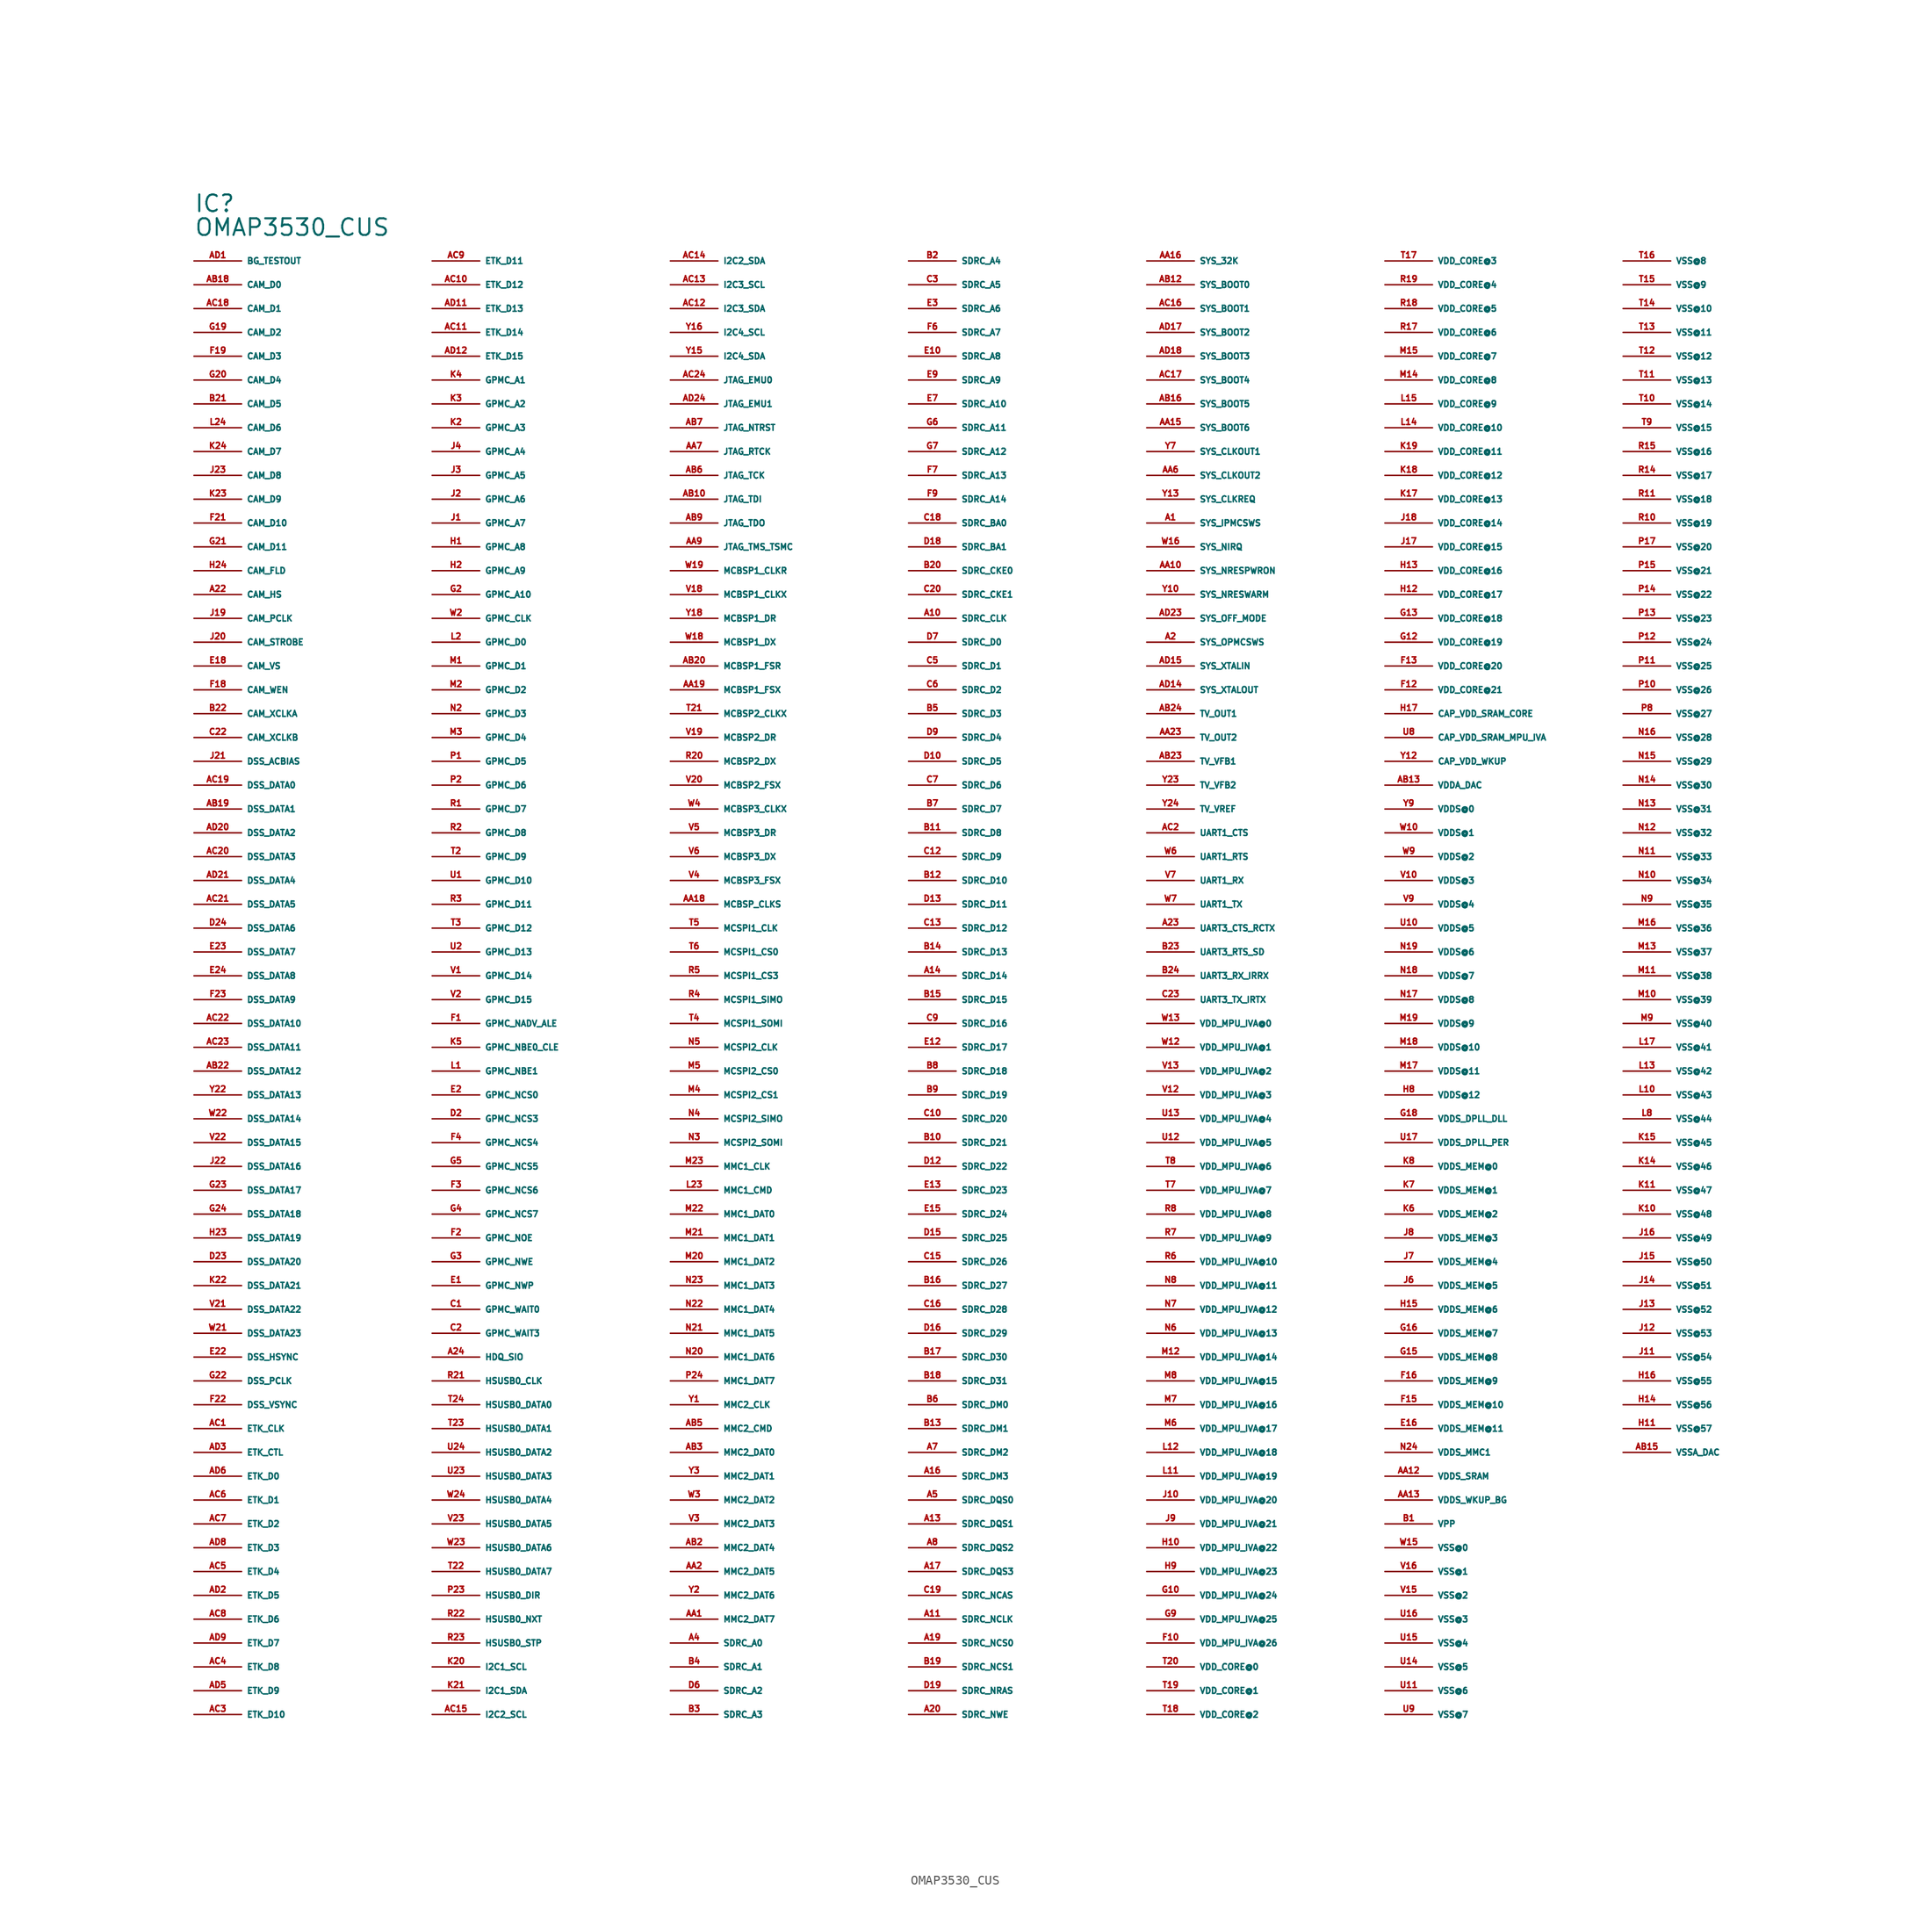
<source format=kicad_sym>
(kicad_symbol_lib
  (version 20220914)
  (generator Eagle2Kicad)
  (symbol "OMAP3530_CUS"
    (property "Reference" "IC"
      (at -81.28 86.36 0)
      (effects (font (size 1.778 1.778) (thickness 0.22)) (justify left bottom)))
    (property "Value" "OMAP3530_CUS"
      (at -81.28 83.82 0)
      (effects (font (size 1.778 1.778) (thickness 0.22)) (justify left bottom)))
    (pin bidirectional line
      (at -81.28 81.28 0)
      (length 5.08)
      (name "BG_TESTOUT" (effects (font (size 0.635 0.635) (thickness 0.08)) (justify left bottom)))
      (number "AD1" (effects (font (size 0.635 0.635) (thickness 0.08)) (justify left bottom))))
    (pin bidirectional line
      (at -81.28 78.74 0)
      (length 5.08)
      (name "CAM_D0" (effects (font (size 0.635 0.635) (thickness 0.08)) (justify left bottom)))
      (number "AB18" (effects (font (size 0.635 0.635) (thickness 0.08)) (justify left bottom))))
    (pin bidirectional line
      (at -81.28 76.2 0)
      (length 5.08)
      (name "CAM_D1" (effects (font (size 0.635 0.635) (thickness 0.08)) (justify left bottom)))
      (number "AC18" (effects (font (size 0.635 0.635) (thickness 0.08)) (justify left bottom))))
    (pin bidirectional line
      (at -81.28 73.66 0)
      (length 5.08)
      (name "CAM_D2" (effects (font (size 0.635 0.635) (thickness 0.08)) (justify left bottom)))
      (number "G19" (effects (font (size 0.635 0.635) (thickness 0.08)) (justify left bottom))))
    (pin bidirectional line
      (at -81.28 71.12 0)
      (length 5.08)
      (name "CAM_D3" (effects (font (size 0.635 0.635) (thickness 0.08)) (justify left bottom)))
      (number "F19" (effects (font (size 0.635 0.635) (thickness 0.08)) (justify left bottom))))
    (pin bidirectional line
      (at -81.28 68.58 0)
      (length 5.08)
      (name "CAM_D4" (effects (font (size 0.635 0.635) (thickness 0.08)) (justify left bottom)))
      (number "G20" (effects (font (size 0.635 0.635) (thickness 0.08)) (justify left bottom))))
    (pin bidirectional line
      (at -81.28 66.04 0)
      (length 5.08)
      (name "CAM_D5" (effects (font (size 0.635 0.635) (thickness 0.08)) (justify left bottom)))
      (number "B21" (effects (font (size 0.635 0.635) (thickness 0.08)) (justify left bottom))))
    (pin bidirectional line
      (at -81.28 63.5 0)
      (length 5.08)
      (name "CAM_D6" (effects (font (size 0.635 0.635) (thickness 0.08)) (justify left bottom)))
      (number "L24" (effects (font (size 0.635 0.635) (thickness 0.08)) (justify left bottom))))
    (pin bidirectional line
      (at -81.28 60.96 0)
      (length 5.08)
      (name "CAM_D7" (effects (font (size 0.635 0.635) (thickness 0.08)) (justify left bottom)))
      (number "K24" (effects (font (size 0.635 0.635) (thickness 0.08)) (justify left bottom))))
    (pin bidirectional line
      (at -81.28 58.42 0)
      (length 5.08)
      (name "CAM_D8" (effects (font (size 0.635 0.635) (thickness 0.08)) (justify left bottom)))
      (number "J23" (effects (font (size 0.635 0.635) (thickness 0.08)) (justify left bottom))))
    (pin bidirectional line
      (at -81.28 55.88 0)
      (length 5.08)
      (name "CAM_D9" (effects (font (size 0.635 0.635) (thickness 0.08)) (justify left bottom)))
      (number "K23" (effects (font (size 0.635 0.635) (thickness 0.08)) (justify left bottom))))
    (pin bidirectional line
      (at -81.28 53.34 0)
      (length 5.08)
      (name "CAM_D10" (effects (font (size 0.635 0.635) (thickness 0.08)) (justify left bottom)))
      (number "F21" (effects (font (size 0.635 0.635) (thickness 0.08)) (justify left bottom))))
    (pin bidirectional line
      (at -81.28 50.8 0)
      (length 5.08)
      (name "CAM_D11" (effects (font (size 0.635 0.635) (thickness 0.08)) (justify left bottom)))
      (number "G21" (effects (font (size 0.635 0.635) (thickness 0.08)) (justify left bottom))))
    (pin bidirectional line
      (at -81.28 48.26 0)
      (length 5.08)
      (name "CAM_FLD" (effects (font (size 0.635 0.635) (thickness 0.08)) (justify left bottom)))
      (number "H24" (effects (font (size 0.635 0.635) (thickness 0.08)) (justify left bottom))))
    (pin bidirectional line
      (at -81.28 45.72 0)
      (length 5.08)
      (name "CAM_HS" (effects (font (size 0.635 0.635) (thickness 0.08)) (justify left bottom)))
      (number "A22" (effects (font (size 0.635 0.635) (thickness 0.08)) (justify left bottom))))
    (pin bidirectional line
      (at -81.28 43.18 0)
      (length 5.08)
      (name "CAM_PCLK" (effects (font (size 0.635 0.635) (thickness 0.08)) (justify left bottom)))
      (number "J19" (effects (font (size 0.635 0.635) (thickness 0.08)) (justify left bottom))))
    (pin bidirectional line
      (at -81.28 40.64 0)
      (length 5.08)
      (name "CAM_STROBE" (effects (font (size 0.635 0.635) (thickness 0.08)) (justify left bottom)))
      (number "J20" (effects (font (size 0.635 0.635) (thickness 0.08)) (justify left bottom))))
    (pin bidirectional line
      (at -81.28 38.1 0)
      (length 5.08)
      (name "CAM_VS" (effects (font (size 0.635 0.635) (thickness 0.08)) (justify left bottom)))
      (number "E18" (effects (font (size 0.635 0.635) (thickness 0.08)) (justify left bottom))))
    (pin bidirectional line
      (at -81.28 35.56 0)
      (length 5.08)
      (name "CAM_WEN" (effects (font (size 0.635 0.635) (thickness 0.08)) (justify left bottom)))
      (number "F18" (effects (font (size 0.635 0.635) (thickness 0.08)) (justify left bottom))))
    (pin bidirectional line
      (at -81.28 33.02 0)
      (length 5.08)
      (name "CAM_XCLKA" (effects (font (size 0.635 0.635) (thickness 0.08)) (justify left bottom)))
      (number "B22" (effects (font (size 0.635 0.635) (thickness 0.08)) (justify left bottom))))
    (pin bidirectional line
      (at -81.28 30.48 0)
      (length 5.08)
      (name "CAM_XCLKB" (effects (font (size 0.635 0.635) (thickness 0.08)) (justify left bottom)))
      (number "C22" (effects (font (size 0.635 0.635) (thickness 0.08)) (justify left bottom))))
    (pin bidirectional line
      (at -81.28 27.94 0)
      (length 5.08)
      (name "DSS_ACBIAS" (effects (font (size 0.635 0.635) (thickness 0.08)) (justify left bottom)))
      (number "J21" (effects (font (size 0.635 0.635) (thickness 0.08)) (justify left bottom))))
    (pin bidirectional line
      (at -81.28 25.4 0)
      (length 5.08)
      (name "DSS_DATA0" (effects (font (size 0.635 0.635) (thickness 0.08)) (justify left bottom)))
      (number "AC19" (effects (font (size 0.635 0.635) (thickness 0.08)) (justify left bottom))))
    (pin bidirectional line
      (at -81.28 22.86 0)
      (length 5.08)
      (name "DSS_DATA1" (effects (font (size 0.635 0.635) (thickness 0.08)) (justify left bottom)))
      (number "AB19" (effects (font (size 0.635 0.635) (thickness 0.08)) (justify left bottom))))
    (pin bidirectional line
      (at -81.28 20.32 0)
      (length 5.08)
      (name "DSS_DATA2" (effects (font (size 0.635 0.635) (thickness 0.08)) (justify left bottom)))
      (number "AD20" (effects (font (size 0.635 0.635) (thickness 0.08)) (justify left bottom))))
    (pin bidirectional line
      (at -81.28 17.78 0)
      (length 5.08)
      (name "DSS_DATA3" (effects (font (size 0.635 0.635) (thickness 0.08)) (justify left bottom)))
      (number "AC20" (effects (font (size 0.635 0.635) (thickness 0.08)) (justify left bottom))))
    (pin bidirectional line
      (at -81.28 15.24 0)
      (length 5.08)
      (name "DSS_DATA4" (effects (font (size 0.635 0.635) (thickness 0.08)) (justify left bottom)))
      (number "AD21" (effects (font (size 0.635 0.635) (thickness 0.08)) (justify left bottom))))
    (pin bidirectional line
      (at -81.28 12.7 0)
      (length 5.08)
      (name "DSS_DATA5" (effects (font (size 0.635 0.635) (thickness 0.08)) (justify left bottom)))
      (number "AC21" (effects (font (size 0.635 0.635) (thickness 0.08)) (justify left bottom))))
    (pin bidirectional line
      (at -81.28 10.16 0)
      (length 5.08)
      (name "DSS_DATA6" (effects (font (size 0.635 0.635) (thickness 0.08)) (justify left bottom)))
      (number "D24" (effects (font (size 0.635 0.635) (thickness 0.08)) (justify left bottom))))
    (pin bidirectional line
      (at -81.28 7.62 0)
      (length 5.08)
      (name "DSS_DATA7" (effects (font (size 0.635 0.635) (thickness 0.08)) (justify left bottom)))
      (number "E23" (effects (font (size 0.635 0.635) (thickness 0.08)) (justify left bottom))))
    (pin bidirectional line
      (at -81.28 5.08 0)
      (length 5.08)
      (name "DSS_DATA8" (effects (font (size 0.635 0.635) (thickness 0.08)) (justify left bottom)))
      (number "E24" (effects (font (size 0.635 0.635) (thickness 0.08)) (justify left bottom))))
    (pin bidirectional line
      (at -81.28 2.54 0)
      (length 5.08)
      (name "DSS_DATA9" (effects (font (size 0.635 0.635) (thickness 0.08)) (justify left bottom)))
      (number "F23" (effects (font (size 0.635 0.635) (thickness 0.08)) (justify left bottom))))
    (pin bidirectional line
      (at -81.28 0 0)
      (length 5.08)
      (name "DSS_DATA10" (effects (font (size 0.635 0.635) (thickness 0.08)) (justify left bottom)))
      (number "AC22" (effects (font (size 0.635 0.635) (thickness 0.08)) (justify left bottom))))
    (pin bidirectional line
      (at -81.28 -2.54 0)
      (length 5.08)
      (name "DSS_DATA11" (effects (font (size 0.635 0.635) (thickness 0.08)) (justify left bottom)))
      (number "AC23" (effects (font (size 0.635 0.635) (thickness 0.08)) (justify left bottom))))
    (pin bidirectional line
      (at -81.28 -5.08 0)
      (length 5.08)
      (name "DSS_DATA12" (effects (font (size 0.635 0.635) (thickness 0.08)) (justify left bottom)))
      (number "AB22" (effects (font (size 0.635 0.635) (thickness 0.08)) (justify left bottom))))
    (pin bidirectional line
      (at -81.28 -7.62 0)
      (length 5.08)
      (name "DSS_DATA13" (effects (font (size 0.635 0.635) (thickness 0.08)) (justify left bottom)))
      (number "Y22" (effects (font (size 0.635 0.635) (thickness 0.08)) (justify left bottom))))
    (pin bidirectional line
      (at -81.28 -10.16 0)
      (length 5.08)
      (name "DSS_DATA14" (effects (font (size 0.635 0.635) (thickness 0.08)) (justify left bottom)))
      (number "W22" (effects (font (size 0.635 0.635) (thickness 0.08)) (justify left bottom))))
    (pin bidirectional line
      (at -81.28 -12.7 0)
      (length 5.08)
      (name "DSS_DATA15" (effects (font (size 0.635 0.635) (thickness 0.08)) (justify left bottom)))
      (number "V22" (effects (font (size 0.635 0.635) (thickness 0.08)) (justify left bottom))))
    (pin bidirectional line
      (at -81.28 -15.24 0)
      (length 5.08)
      (name "DSS_DATA16" (effects (font (size 0.635 0.635) (thickness 0.08)) (justify left bottom)))
      (number "J22" (effects (font (size 0.635 0.635) (thickness 0.08)) (justify left bottom))))
    (pin bidirectional line
      (at -81.28 -17.78 0)
      (length 5.08)
      (name "DSS_DATA17" (effects (font (size 0.635 0.635) (thickness 0.08)) (justify left bottom)))
      (number "G23" (effects (font (size 0.635 0.635) (thickness 0.08)) (justify left bottom))))
    (pin bidirectional line
      (at -81.28 -20.32 0)
      (length 5.08)
      (name "DSS_DATA18" (effects (font (size 0.635 0.635) (thickness 0.08)) (justify left bottom)))
      (number "G24" (effects (font (size 0.635 0.635) (thickness 0.08)) (justify left bottom))))
    (pin bidirectional line
      (at -81.28 -22.86 0)
      (length 5.08)
      (name "DSS_DATA19" (effects (font (size 0.635 0.635) (thickness 0.08)) (justify left bottom)))
      (number "H23" (effects (font (size 0.635 0.635) (thickness 0.08)) (justify left bottom))))
    (pin bidirectional line
      (at -81.28 -25.4 0)
      (length 5.08)
      (name "DSS_DATA20" (effects (font (size 0.635 0.635) (thickness 0.08)) (justify left bottom)))
      (number "D23" (effects (font (size 0.635 0.635) (thickness 0.08)) (justify left bottom))))
    (pin bidirectional line
      (at -81.28 -27.94 0)
      (length 5.08)
      (name "DSS_DATA21" (effects (font (size 0.635 0.635) (thickness 0.08)) (justify left bottom)))
      (number "K22" (effects (font (size 0.635 0.635) (thickness 0.08)) (justify left bottom))))
    (pin bidirectional line
      (at -81.28 -30.48 0)
      (length 5.08)
      (name "DSS_DATA22" (effects (font (size 0.635 0.635) (thickness 0.08)) (justify left bottom)))
      (number "V21" (effects (font (size 0.635 0.635) (thickness 0.08)) (justify left bottom))))
    (pin bidirectional line
      (at -81.28 -33.02 0)
      (length 5.08)
      (name "DSS_DATA23" (effects (font (size 0.635 0.635) (thickness 0.08)) (justify left bottom)))
      (number "W21" (effects (font (size 0.635 0.635) (thickness 0.08)) (justify left bottom))))
    (pin bidirectional line
      (at -81.28 -35.56 0)
      (length 5.08)
      (name "DSS_HSYNC" (effects (font (size 0.635 0.635) (thickness 0.08)) (justify left bottom)))
      (number "E22" (effects (font (size 0.635 0.635) (thickness 0.08)) (justify left bottom))))
    (pin bidirectional line
      (at -81.28 -38.1 0)
      (length 5.08)
      (name "DSS_PCLK" (effects (font (size 0.635 0.635) (thickness 0.08)) (justify left bottom)))
      (number "G22" (effects (font (size 0.635 0.635) (thickness 0.08)) (justify left bottom))))
    (pin bidirectional line
      (at -81.28 -40.64 0)
      (length 5.08)
      (name "DSS_VSYNC" (effects (font (size 0.635 0.635) (thickness 0.08)) (justify left bottom)))
      (number "F22" (effects (font (size 0.635 0.635) (thickness 0.08)) (justify left bottom))))
    (pin bidirectional line
      (at -81.28 -43.18 0)
      (length 5.08)
      (name "ETK_CLK" (effects (font (size 0.635 0.635) (thickness 0.08)) (justify left bottom)))
      (number "AC1" (effects (font (size 0.635 0.635) (thickness 0.08)) (justify left bottom))))
    (pin bidirectional line
      (at -81.28 -45.72 0)
      (length 5.08)
      (name "ETK_CTL" (effects (font (size 0.635 0.635) (thickness 0.08)) (justify left bottom)))
      (number "AD3" (effects (font (size 0.635 0.635) (thickness 0.08)) (justify left bottom))))
    (pin bidirectional line
      (at -81.28 -48.26 0)
      (length 5.08)
      (name "ETK_D0" (effects (font (size 0.635 0.635) (thickness 0.08)) (justify left bottom)))
      (number "AD6" (effects (font (size 0.635 0.635) (thickness 0.08)) (justify left bottom))))
    (pin bidirectional line
      (at -81.28 -50.8 0)
      (length 5.08)
      (name "ETK_D1" (effects (font (size 0.635 0.635) (thickness 0.08)) (justify left bottom)))
      (number "AC6" (effects (font (size 0.635 0.635) (thickness 0.08)) (justify left bottom))))
    (pin bidirectional line
      (at -81.28 -53.34 0)
      (length 5.08)
      (name "ETK_D2" (effects (font (size 0.635 0.635) (thickness 0.08)) (justify left bottom)))
      (number "AC7" (effects (font (size 0.635 0.635) (thickness 0.08)) (justify left bottom))))
    (pin bidirectional line
      (at -81.28 -55.88 0)
      (length 5.08)
      (name "ETK_D3" (effects (font (size 0.635 0.635) (thickness 0.08)) (justify left bottom)))
      (number "AD8" (effects (font (size 0.635 0.635) (thickness 0.08)) (justify left bottom))))
    (pin bidirectional line
      (at -81.28 -58.42 0)
      (length 5.08)
      (name "ETK_D4" (effects (font (size 0.635 0.635) (thickness 0.08)) (justify left bottom)))
      (number "AC5" (effects (font (size 0.635 0.635) (thickness 0.08)) (justify left bottom))))
    (pin bidirectional line
      (at -81.28 -60.96 0)
      (length 5.08)
      (name "ETK_D5" (effects (font (size 0.635 0.635) (thickness 0.08)) (justify left bottom)))
      (number "AD2" (effects (font (size 0.635 0.635) (thickness 0.08)) (justify left bottom))))
    (pin bidirectional line
      (at -81.28 -63.5 0)
      (length 5.08)
      (name "ETK_D6" (effects (font (size 0.635 0.635) (thickness 0.08)) (justify left bottom)))
      (number "AC8" (effects (font (size 0.635 0.635) (thickness 0.08)) (justify left bottom))))
    (pin bidirectional line
      (at -81.28 -66.04 0)
      (length 5.08)
      (name "ETK_D7" (effects (font (size 0.635 0.635) (thickness 0.08)) (justify left bottom)))
      (number "AD9" (effects (font (size 0.635 0.635) (thickness 0.08)) (justify left bottom))))
    (pin bidirectional line
      (at -81.28 -68.58 0)
      (length 5.08)
      (name "ETK_D8" (effects (font (size 0.635 0.635) (thickness 0.08)) (justify left bottom)))
      (number "AC4" (effects (font (size 0.635 0.635) (thickness 0.08)) (justify left bottom))))
    (pin bidirectional line
      (at -81.28 -71.12 0)
      (length 5.08)
      (name "ETK_D9" (effects (font (size 0.635 0.635) (thickness 0.08)) (justify left bottom)))
      (number "AD5" (effects (font (size 0.635 0.635) (thickness 0.08)) (justify left bottom))))
    (pin bidirectional line
      (at -81.28 -73.66 0)
      (length 5.08)
      (name "ETK_D10" (effects (font (size 0.635 0.635) (thickness 0.08)) (justify left bottom)))
      (number "AC3" (effects (font (size 0.635 0.635) (thickness 0.08)) (justify left bottom))))
    (pin bidirectional line
      (at -55.88 81.28 0)
      (length 5.08)
      (name "ETK_D11" (effects (font (size 0.635 0.635) (thickness 0.08)) (justify left bottom)))
      (number "AC9" (effects (font (size 0.635 0.635) (thickness 0.08)) (justify left bottom))))
    (pin bidirectional line
      (at -55.88 78.74 0)
      (length 5.08)
      (name "ETK_D12" (effects (font (size 0.635 0.635) (thickness 0.08)) (justify left bottom)))
      (number "AC10" (effects (font (size 0.635 0.635) (thickness 0.08)) (justify left bottom))))
    (pin bidirectional line
      (at -55.88 76.2 0)
      (length 5.08)
      (name "ETK_D13" (effects (font (size 0.635 0.635) (thickness 0.08)) (justify left bottom)))
      (number "AD11" (effects (font (size 0.635 0.635) (thickness 0.08)) (justify left bottom))))
    (pin bidirectional line
      (at -55.88 73.66 0)
      (length 5.08)
      (name "ETK_D14" (effects (font (size 0.635 0.635) (thickness 0.08)) (justify left bottom)))
      (number "AC11" (effects (font (size 0.635 0.635) (thickness 0.08)) (justify left bottom))))
    (pin bidirectional line
      (at -55.88 71.12 0)
      (length 5.08)
      (name "ETK_D15" (effects (font (size 0.635 0.635) (thickness 0.08)) (justify left bottom)))
      (number "AD12" (effects (font (size 0.635 0.635) (thickness 0.08)) (justify left bottom))))
    (pin bidirectional line
      (at -55.88 68.58 0)
      (length 5.08)
      (name "GPMC_A1" (effects (font (size 0.635 0.635) (thickness 0.08)) (justify left bottom)))
      (number "K4" (effects (font (size 0.635 0.635) (thickness 0.08)) (justify left bottom))))
    (pin bidirectional line
      (at -55.88 66.04 0)
      (length 5.08)
      (name "GPMC_A2" (effects (font (size 0.635 0.635) (thickness 0.08)) (justify left bottom)))
      (number "K3" (effects (font (size 0.635 0.635) (thickness 0.08)) (justify left bottom))))
    (pin bidirectional line
      (at -55.88 63.5 0)
      (length 5.08)
      (name "GPMC_A3" (effects (font (size 0.635 0.635) (thickness 0.08)) (justify left bottom)))
      (number "K2" (effects (font (size 0.635 0.635) (thickness 0.08)) (justify left bottom))))
    (pin bidirectional line
      (at -55.88 60.96 0)
      (length 5.08)
      (name "GPMC_A4" (effects (font (size 0.635 0.635) (thickness 0.08)) (justify left bottom)))
      (number "J4" (effects (font (size 0.635 0.635) (thickness 0.08)) (justify left bottom))))
    (pin bidirectional line
      (at -55.88 58.42 0)
      (length 5.08)
      (name "GPMC_A5" (effects (font (size 0.635 0.635) (thickness 0.08)) (justify left bottom)))
      (number "J3" (effects (font (size 0.635 0.635) (thickness 0.08)) (justify left bottom))))
    (pin bidirectional line
      (at -55.88 55.88 0)
      (length 5.08)
      (name "GPMC_A6" (effects (font (size 0.635 0.635) (thickness 0.08)) (justify left bottom)))
      (number "J2" (effects (font (size 0.635 0.635) (thickness 0.08)) (justify left bottom))))
    (pin bidirectional line
      (at -55.88 53.34 0)
      (length 5.08)
      (name "GPMC_A7" (effects (font (size 0.635 0.635) (thickness 0.08)) (justify left bottom)))
      (number "J1" (effects (font (size 0.635 0.635) (thickness 0.08)) (justify left bottom))))
    (pin bidirectional line
      (at -55.88 50.8 0)
      (length 5.08)
      (name "GPMC_A8" (effects (font (size 0.635 0.635) (thickness 0.08)) (justify left bottom)))
      (number "H1" (effects (font (size 0.635 0.635) (thickness 0.08)) (justify left bottom))))
    (pin bidirectional line
      (at -55.88 48.26 0)
      (length 5.08)
      (name "GPMC_A9" (effects (font (size 0.635 0.635) (thickness 0.08)) (justify left bottom)))
      (number "H2" (effects (font (size 0.635 0.635) (thickness 0.08)) (justify left bottom))))
    (pin bidirectional line
      (at -55.88 45.72 0)
      (length 5.08)
      (name "GPMC_A10" (effects (font (size 0.635 0.635) (thickness 0.08)) (justify left bottom)))
      (number "G2" (effects (font (size 0.635 0.635) (thickness 0.08)) (justify left bottom))))
    (pin bidirectional line
      (at -55.88 43.18 0)
      (length 5.08)
      (name "GPMC_CLK" (effects (font (size 0.635 0.635) (thickness 0.08)) (justify left bottom)))
      (number "W2" (effects (font (size 0.635 0.635) (thickness 0.08)) (justify left bottom))))
    (pin bidirectional line
      (at -55.88 40.64 0)
      (length 5.08)
      (name "GPMC_D0" (effects (font (size 0.635 0.635) (thickness 0.08)) (justify left bottom)))
      (number "L2" (effects (font (size 0.635 0.635) (thickness 0.08)) (justify left bottom))))
    (pin bidirectional line
      (at -55.88 38.1 0)
      (length 5.08)
      (name "GPMC_D1" (effects (font (size 0.635 0.635) (thickness 0.08)) (justify left bottom)))
      (number "M1" (effects (font (size 0.635 0.635) (thickness 0.08)) (justify left bottom))))
    (pin bidirectional line
      (at -55.88 35.56 0)
      (length 5.08)
      (name "GPMC_D2" (effects (font (size 0.635 0.635) (thickness 0.08)) (justify left bottom)))
      (number "M2" (effects (font (size 0.635 0.635) (thickness 0.08)) (justify left bottom))))
    (pin bidirectional line
      (at -55.88 33.02 0)
      (length 5.08)
      (name "GPMC_D3" (effects (font (size 0.635 0.635) (thickness 0.08)) (justify left bottom)))
      (number "N2" (effects (font (size 0.635 0.635) (thickness 0.08)) (justify left bottom))))
    (pin bidirectional line
      (at -55.88 30.48 0)
      (length 5.08)
      (name "GPMC_D4" (effects (font (size 0.635 0.635) (thickness 0.08)) (justify left bottom)))
      (number "M3" (effects (font (size 0.635 0.635) (thickness 0.08)) (justify left bottom))))
    (pin bidirectional line
      (at -55.88 27.94 0)
      (length 5.08)
      (name "GPMC_D5" (effects (font (size 0.635 0.635) (thickness 0.08)) (justify left bottom)))
      (number "P1" (effects (font (size 0.635 0.635) (thickness 0.08)) (justify left bottom))))
    (pin bidirectional line
      (at -55.88 25.4 0)
      (length 5.08)
      (name "GPMC_D6" (effects (font (size 0.635 0.635) (thickness 0.08)) (justify left bottom)))
      (number "P2" (effects (font (size 0.635 0.635) (thickness 0.08)) (justify left bottom))))
    (pin bidirectional line
      (at -55.88 22.86 0)
      (length 5.08)
      (name "GPMC_D7" (effects (font (size 0.635 0.635) (thickness 0.08)) (justify left bottom)))
      (number "R1" (effects (font (size 0.635 0.635) (thickness 0.08)) (justify left bottom))))
    (pin bidirectional line
      (at -55.88 20.32 0)
      (length 5.08)
      (name "GPMC_D8" (effects (font (size 0.635 0.635) (thickness 0.08)) (justify left bottom)))
      (number "R2" (effects (font (size 0.635 0.635) (thickness 0.08)) (justify left bottom))))
    (pin bidirectional line
      (at -55.88 17.78 0)
      (length 5.08)
      (name "GPMC_D9" (effects (font (size 0.635 0.635) (thickness 0.08)) (justify left bottom)))
      (number "T2" (effects (font (size 0.635 0.635) (thickness 0.08)) (justify left bottom))))
    (pin bidirectional line
      (at -55.88 15.24 0)
      (length 5.08)
      (name "GPMC_D10" (effects (font (size 0.635 0.635) (thickness 0.08)) (justify left bottom)))
      (number "U1" (effects (font (size 0.635 0.635) (thickness 0.08)) (justify left bottom))))
    (pin bidirectional line
      (at -55.88 12.7 0)
      (length 5.08)
      (name "GPMC_D11" (effects (font (size 0.635 0.635) (thickness 0.08)) (justify left bottom)))
      (number "R3" (effects (font (size 0.635 0.635) (thickness 0.08)) (justify left bottom))))
    (pin bidirectional line
      (at -55.88 10.16 0)
      (length 5.08)
      (name "GPMC_D12" (effects (font (size 0.635 0.635) (thickness 0.08)) (justify left bottom)))
      (number "T3" (effects (font (size 0.635 0.635) (thickness 0.08)) (justify left bottom))))
    (pin bidirectional line
      (at -55.88 7.62 0)
      (length 5.08)
      (name "GPMC_D13" (effects (font (size 0.635 0.635) (thickness 0.08)) (justify left bottom)))
      (number "U2" (effects (font (size 0.635 0.635) (thickness 0.08)) (justify left bottom))))
    (pin bidirectional line
      (at -55.88 5.08 0)
      (length 5.08)
      (name "GPMC_D14" (effects (font (size 0.635 0.635) (thickness 0.08)) (justify left bottom)))
      (number "V1" (effects (font (size 0.635 0.635) (thickness 0.08)) (justify left bottom))))
    (pin bidirectional line
      (at -55.88 2.54 0)
      (length 5.08)
      (name "GPMC_D15" (effects (font (size 0.635 0.635) (thickness 0.08)) (justify left bottom)))
      (number "V2" (effects (font (size 0.635 0.635) (thickness 0.08)) (justify left bottom))))
    (pin output line
      (at -55.88 0 0)
      (length 5.08)
      (name "GPMC_NADV_ALE" (effects (font (size 0.635 0.635) (thickness 0.08)) (justify left bottom)))
      (number "F1" (effects (font (size 0.635 0.635) (thickness 0.08)) (justify left bottom))))
    (pin bidirectional line
      (at -55.88 -2.54 0)
      (length 5.08)
      (name "GPMC_NBE0_CLE" (effects (font (size 0.635 0.635) (thickness 0.08)) (justify left bottom)))
      (number "K5" (effects (font (size 0.635 0.635) (thickness 0.08)) (justify left bottom))))
    (pin bidirectional line
      (at -55.88 -5.08 0)
      (length 5.08)
      (name "GPMC_NBE1" (effects (font (size 0.635 0.635) (thickness 0.08)) (justify left bottom)))
      (number "L1" (effects (font (size 0.635 0.635) (thickness 0.08)) (justify left bottom))))
    (pin output line
      (at -55.88 -7.62 0)
      (length 5.08)
      (name "GPMC_NCS0" (effects (font (size 0.635 0.635) (thickness 0.08)) (justify left bottom)))
      (number "E2" (effects (font (size 0.635 0.635) (thickness 0.08)) (justify left bottom))))
    (pin bidirectional line
      (at -55.88 -10.16 0)
      (length 5.08)
      (name "GPMC_NCS3" (effects (font (size 0.635 0.635) (thickness 0.08)) (justify left bottom)))
      (number "D2" (effects (font (size 0.635 0.635) (thickness 0.08)) (justify left bottom))))
    (pin bidirectional line
      (at -55.88 -12.7 0)
      (length 5.08)
      (name "GPMC_NCS4" (effects (font (size 0.635 0.635) (thickness 0.08)) (justify left bottom)))
      (number "F4" (effects (font (size 0.635 0.635) (thickness 0.08)) (justify left bottom))))
    (pin bidirectional line
      (at -55.88 -15.24 0)
      (length 5.08)
      (name "GPMC_NCS5" (effects (font (size 0.635 0.635) (thickness 0.08)) (justify left bottom)))
      (number "G5" (effects (font (size 0.635 0.635) (thickness 0.08)) (justify left bottom))))
    (pin bidirectional line
      (at -55.88 -17.78 0)
      (length 5.08)
      (name "GPMC_NCS6" (effects (font (size 0.635 0.635) (thickness 0.08)) (justify left bottom)))
      (number "F3" (effects (font (size 0.635 0.635) (thickness 0.08)) (justify left bottom))))
    (pin bidirectional line
      (at -55.88 -20.32 0)
      (length 5.08)
      (name "GPMC_NCS7" (effects (font (size 0.635 0.635) (thickness 0.08)) (justify left bottom)))
      (number "G4" (effects (font (size 0.635 0.635) (thickness 0.08)) (justify left bottom))))
    (pin output line
      (at -55.88 -22.86 0)
      (length 5.08)
      (name "GPMC_NOE" (effects (font (size 0.635 0.635) (thickness 0.08)) (justify left bottom)))
      (number "F2" (effects (font (size 0.635 0.635) (thickness 0.08)) (justify left bottom))))
    (pin output line
      (at -55.88 -25.4 0)
      (length 5.08)
      (name "GPMC_NWE" (effects (font (size 0.635 0.635) (thickness 0.08)) (justify left bottom)))
      (number "G3" (effects (font (size 0.635 0.635) (thickness 0.08)) (justify left bottom))))
    (pin bidirectional line
      (at -55.88 -27.94 0)
      (length 5.08)
      (name "GPMC_NWP" (effects (font (size 0.635 0.635) (thickness 0.08)) (justify left bottom)))
      (number "E1" (effects (font (size 0.635 0.635) (thickness 0.08)) (justify left bottom))))
    (pin input line
      (at -55.88 -30.48 0)
      (length 5.08)
      (name "GPMC_WAIT0" (effects (font (size 0.635 0.635) (thickness 0.08)) (justify left bottom)))
      (number "C1" (effects (font (size 0.635 0.635) (thickness 0.08)) (justify left bottom))))
    (pin bidirectional line
      (at -55.88 -33.02 0)
      (length 5.08)
      (name "GPMC_WAIT3" (effects (font (size 0.635 0.635) (thickness 0.08)) (justify left bottom)))
      (number "C2" (effects (font (size 0.635 0.635) (thickness 0.08)) (justify left bottom))))
    (pin bidirectional line
      (at -55.88 -35.56 0)
      (length 5.08)
      (name "HDQ_SIO" (effects (font (size 0.635 0.635) (thickness 0.08)) (justify left bottom)))
      (number "A24" (effects (font (size 0.635 0.635) (thickness 0.08)) (justify left bottom))))
    (pin bidirectional line
      (at -55.88 -38.1 0)
      (length 5.08)
      (name "HSUSB0_CLK" (effects (font (size 0.635 0.635) (thickness 0.08)) (justify left bottom)))
      (number "R21" (effects (font (size 0.635 0.635) (thickness 0.08)) (justify left bottom))))
    (pin bidirectional line
      (at -55.88 -40.64 0)
      (length 5.08)
      (name "HSUSB0_DATA0" (effects (font (size 0.635 0.635) (thickness 0.08)) (justify left bottom)))
      (number "T24" (effects (font (size 0.635 0.635) (thickness 0.08)) (justify left bottom))))
    (pin bidirectional line
      (at -55.88 -43.18 0)
      (length 5.08)
      (name "HSUSB0_DATA1" (effects (font (size 0.635 0.635) (thickness 0.08)) (justify left bottom)))
      (number "T23" (effects (font (size 0.635 0.635) (thickness 0.08)) (justify left bottom))))
    (pin bidirectional line
      (at -55.88 -45.72 0)
      (length 5.08)
      (name "HSUSB0_DATA2" (effects (font (size 0.635 0.635) (thickness 0.08)) (justify left bottom)))
      (number "U24" (effects (font (size 0.635 0.635) (thickness 0.08)) (justify left bottom))))
    (pin bidirectional line
      (at -55.88 -48.26 0)
      (length 5.08)
      (name "HSUSB0_DATA3" (effects (font (size 0.635 0.635) (thickness 0.08)) (justify left bottom)))
      (number "U23" (effects (font (size 0.635 0.635) (thickness 0.08)) (justify left bottom))))
    (pin bidirectional line
      (at -55.88 -50.8 0)
      (length 5.08)
      (name "HSUSB0_DATA4" (effects (font (size 0.635 0.635) (thickness 0.08)) (justify left bottom)))
      (number "W24" (effects (font (size 0.635 0.635) (thickness 0.08)) (justify left bottom))))
    (pin bidirectional line
      (at -55.88 -53.34 0)
      (length 5.08)
      (name "HSUSB0_DATA5" (effects (font (size 0.635 0.635) (thickness 0.08)) (justify left bottom)))
      (number "V23" (effects (font (size 0.635 0.635) (thickness 0.08)) (justify left bottom))))
    (pin bidirectional line
      (at -55.88 -55.88 0)
      (length 5.08)
      (name "HSUSB0_DATA6" (effects (font (size 0.635 0.635) (thickness 0.08)) (justify left bottom)))
      (number "W23" (effects (font (size 0.635 0.635) (thickness 0.08)) (justify left bottom))))
    (pin bidirectional line
      (at -55.88 -58.42 0)
      (length 5.08)
      (name "HSUSB0_DATA7" (effects (font (size 0.635 0.635) (thickness 0.08)) (justify left bottom)))
      (number "T22" (effects (font (size 0.635 0.635) (thickness 0.08)) (justify left bottom))))
    (pin bidirectional line
      (at -55.88 -60.96 0)
      (length 5.08)
      (name "HSUSB0_DIR" (effects (font (size 0.635 0.635) (thickness 0.08)) (justify left bottom)))
      (number "P23" (effects (font (size 0.635 0.635) (thickness 0.08)) (justify left bottom))))
    (pin bidirectional line
      (at -55.88 -63.5 0)
      (length 5.08)
      (name "HSUSB0_NXT" (effects (font (size 0.635 0.635) (thickness 0.08)) (justify left bottom)))
      (number "R22" (effects (font (size 0.635 0.635) (thickness 0.08)) (justify left bottom))))
    (pin bidirectional line
      (at -55.88 -66.04 0)
      (length 5.08)
      (name "HSUSB0_STP" (effects (font (size 0.635 0.635) (thickness 0.08)) (justify left bottom)))
      (number "R23" (effects (font (size 0.635 0.635) (thickness 0.08)) (justify left bottom))))
    (pin bidirectional line
      (at -55.88 -68.58 0)
      (length 5.08)
      (name "I2C1_SCL" (effects (font (size 0.635 0.635) (thickness 0.08)) (justify left bottom)))
      (number "K20" (effects (font (size 0.635 0.635) (thickness 0.08)) (justify left bottom))))
    (pin bidirectional line
      (at -55.88 -71.12 0)
      (length 5.08)
      (name "I2C1_SDA" (effects (font (size 0.635 0.635) (thickness 0.08)) (justify left bottom)))
      (number "K21" (effects (font (size 0.635 0.635) (thickness 0.08)) (justify left bottom))))
    (pin bidirectional line
      (at -55.88 -73.66 0)
      (length 5.08)
      (name "I2C2_SCL" (effects (font (size 0.635 0.635) (thickness 0.08)) (justify left bottom)))
      (number "AC15" (effects (font (size 0.635 0.635) (thickness 0.08)) (justify left bottom))))
    (pin bidirectional line
      (at -30.48 81.28 0)
      (length 5.08)
      (name "I2C2_SDA" (effects (font (size 0.635 0.635) (thickness 0.08)) (justify left bottom)))
      (number "AC14" (effects (font (size 0.635 0.635) (thickness 0.08)) (justify left bottom))))
    (pin bidirectional line
      (at -30.48 78.74 0)
      (length 5.08)
      (name "I2C3_SCL" (effects (font (size 0.635 0.635) (thickness 0.08)) (justify left bottom)))
      (number "AC13" (effects (font (size 0.635 0.635) (thickness 0.08)) (justify left bottom))))
    (pin bidirectional line
      (at -30.48 76.2 0)
      (length 5.08)
      (name "I2C3_SDA" (effects (font (size 0.635 0.635) (thickness 0.08)) (justify left bottom)))
      (number "AC12" (effects (font (size 0.635 0.635) (thickness 0.08)) (justify left bottom))))
    (pin bidirectional line
      (at -30.48 73.66 0)
      (length 5.08)
      (name "I2C4_SCL" (effects (font (size 0.635 0.635) (thickness 0.08)) (justify left bottom)))
      (number "Y16" (effects (font (size 0.635 0.635) (thickness 0.08)) (justify left bottom))))
    (pin bidirectional line
      (at -30.48 71.12 0)
      (length 5.08)
      (name "I2C4_SDA" (effects (font (size 0.635 0.635) (thickness 0.08)) (justify left bottom)))
      (number "Y15" (effects (font (size 0.635 0.635) (thickness 0.08)) (justify left bottom))))
    (pin passive line
      (at -30.48 68.58 0)
      (length 5.08)
      (name "JTAG_EMU0" (effects (font (size 0.635 0.635) (thickness 0.08)) (justify left bottom)))
      (number "AC24" (effects (font (size 0.635 0.635) (thickness 0.08)) (justify left bottom))))
    (pin passive line
      (at -30.48 66.04 0)
      (length 5.08)
      (name "JTAG_EMU1" (effects (font (size 0.635 0.635) (thickness 0.08)) (justify left bottom)))
      (number "AD24" (effects (font (size 0.635 0.635) (thickness 0.08)) (justify left bottom))))
    (pin input line
      (at -30.48 63.5 0)
      (length 5.08)
      (name "JTAG_NTRST" (effects (font (size 0.635 0.635) (thickness 0.08)) (justify left bottom)))
      (number "AB7" (effects (font (size 0.635 0.635) (thickness 0.08)) (justify left bottom))))
    (pin passive line
      (at -30.48 60.96 0)
      (length 5.08)
      (name "JTAG_RTCK" (effects (font (size 0.635 0.635) (thickness 0.08)) (justify left bottom)))
      (number "AA7" (effects (font (size 0.635 0.635) (thickness 0.08)) (justify left bottom))))
    (pin input line
      (at -30.48 58.42 0)
      (length 5.08)
      (name "JTAG_TCK" (effects (font (size 0.635 0.635) (thickness 0.08)) (justify left bottom)))
      (number "AB6" (effects (font (size 0.635 0.635) (thickness 0.08)) (justify left bottom))))
    (pin input line
      (at -30.48 55.88 0)
      (length 5.08)
      (name "JTAG_TDI" (effects (font (size 0.635 0.635) (thickness 0.08)) (justify left bottom)))
      (number "AB10" (effects (font (size 0.635 0.635) (thickness 0.08)) (justify left bottom))))
    (pin output line
      (at -30.48 53.34 0)
      (length 5.08)
      (name "JTAG_TDO" (effects (font (size 0.635 0.635) (thickness 0.08)) (justify left bottom)))
      (number "AB9" (effects (font (size 0.635 0.635) (thickness 0.08)) (justify left bottom))))
    (pin input line
      (at -30.48 50.8 0)
      (length 5.08)
      (name "JTAG_TMS_TSMC" (effects (font (size 0.635 0.635) (thickness 0.08)) (justify left bottom)))
      (number "AA9" (effects (font (size 0.635 0.635) (thickness 0.08)) (justify left bottom))))
    (pin bidirectional line
      (at -30.48 48.26 0)
      (length 5.08)
      (name "MCBSP1_CLKR" (effects (font (size 0.635 0.635) (thickness 0.08)) (justify left bottom)))
      (number "W19" (effects (font (size 0.635 0.635) (thickness 0.08)) (justify left bottom))))
    (pin bidirectional line
      (at -30.48 45.72 0)
      (length 5.08)
      (name "MCBSP1_CLKX" (effects (font (size 0.635 0.635) (thickness 0.08)) (justify left bottom)))
      (number "V18" (effects (font (size 0.635 0.635) (thickness 0.08)) (justify left bottom))))
    (pin bidirectional line
      (at -30.48 43.18 0)
      (length 5.08)
      (name "MCBSP1_DR" (effects (font (size 0.635 0.635) (thickness 0.08)) (justify left bottom)))
      (number "Y18" (effects (font (size 0.635 0.635) (thickness 0.08)) (justify left bottom))))
    (pin bidirectional line
      (at -30.48 40.64 0)
      (length 5.08)
      (name "MCBSP1_DX" (effects (font (size 0.635 0.635) (thickness 0.08)) (justify left bottom)))
      (number "W18" (effects (font (size 0.635 0.635) (thickness 0.08)) (justify left bottom))))
    (pin bidirectional line
      (at -30.48 38.1 0)
      (length 5.08)
      (name "MCBSP1_FSR" (effects (font (size 0.635 0.635) (thickness 0.08)) (justify left bottom)))
      (number "AB20" (effects (font (size 0.635 0.635) (thickness 0.08)) (justify left bottom))))
    (pin bidirectional line
      (at -30.48 35.56 0)
      (length 5.08)
      (name "MCBSP1_FSX" (effects (font (size 0.635 0.635) (thickness 0.08)) (justify left bottom)))
      (number "AA19" (effects (font (size 0.635 0.635) (thickness 0.08)) (justify left bottom))))
    (pin bidirectional line
      (at -30.48 33.02 0)
      (length 5.08)
      (name "MCBSP2_CLKX" (effects (font (size 0.635 0.635) (thickness 0.08)) (justify left bottom)))
      (number "T21" (effects (font (size 0.635 0.635) (thickness 0.08)) (justify left bottom))))
    (pin bidirectional line
      (at -30.48 30.48 0)
      (length 5.08)
      (name "MCBSP2_DR" (effects (font (size 0.635 0.635) (thickness 0.08)) (justify left bottom)))
      (number "V19" (effects (font (size 0.635 0.635) (thickness 0.08)) (justify left bottom))))
    (pin bidirectional line
      (at -30.48 27.94 0)
      (length 5.08)
      (name "MCBSP2_DX" (effects (font (size 0.635 0.635) (thickness 0.08)) (justify left bottom)))
      (number "R20" (effects (font (size 0.635 0.635) (thickness 0.08)) (justify left bottom))))
    (pin bidirectional line
      (at -30.48 25.4 0)
      (length 5.08)
      (name "MCBSP2_FSX" (effects (font (size 0.635 0.635) (thickness 0.08)) (justify left bottom)))
      (number "V20" (effects (font (size 0.635 0.635) (thickness 0.08)) (justify left bottom))))
    (pin bidirectional line
      (at -30.48 22.86 0)
      (length 5.08)
      (name "MCBSP3_CLKX" (effects (font (size 0.635 0.635) (thickness 0.08)) (justify left bottom)))
      (number "W4" (effects (font (size 0.635 0.635) (thickness 0.08)) (justify left bottom))))
    (pin bidirectional line
      (at -30.48 20.32 0)
      (length 5.08)
      (name "MCBSP3_DR" (effects (font (size 0.635 0.635) (thickness 0.08)) (justify left bottom)))
      (number "V5" (effects (font (size 0.635 0.635) (thickness 0.08)) (justify left bottom))))
    (pin bidirectional line
      (at -30.48 17.78 0)
      (length 5.08)
      (name "MCBSP3_DX" (effects (font (size 0.635 0.635) (thickness 0.08)) (justify left bottom)))
      (number "V6" (effects (font (size 0.635 0.635) (thickness 0.08)) (justify left bottom))))
    (pin bidirectional line
      (at -30.48 15.24 0)
      (length 5.08)
      (name "MCBSP3_FSX" (effects (font (size 0.635 0.635) (thickness 0.08)) (justify left bottom)))
      (number "V4" (effects (font (size 0.635 0.635) (thickness 0.08)) (justify left bottom))))
    (pin bidirectional line
      (at -30.48 12.7 0)
      (length 5.08)
      (name "MCBSP_CLKS" (effects (font (size 0.635 0.635) (thickness 0.08)) (justify left bottom)))
      (number "AA18" (effects (font (size 0.635 0.635) (thickness 0.08)) (justify left bottom))))
    (pin bidirectional line
      (at -30.48 10.16 0)
      (length 5.08)
      (name "MCSPI1_CLK" (effects (font (size 0.635 0.635) (thickness 0.08)) (justify left bottom)))
      (number "T5" (effects (font (size 0.635 0.635) (thickness 0.08)) (justify left bottom))))
    (pin bidirectional line
      (at -30.48 7.62 0)
      (length 5.08)
      (name "MCSPI1_CS0" (effects (font (size 0.635 0.635) (thickness 0.08)) (justify left bottom)))
      (number "T6" (effects (font (size 0.635 0.635) (thickness 0.08)) (justify left bottom))))
    (pin bidirectional line
      (at -30.48 5.08 0)
      (length 5.08)
      (name "MCSPI1_CS3" (effects (font (size 0.635 0.635) (thickness 0.08)) (justify left bottom)))
      (number "R5" (effects (font (size 0.635 0.635) (thickness 0.08)) (justify left bottom))))
    (pin bidirectional line
      (at -30.48 2.54 0)
      (length 5.08)
      (name "MCSPI1_SIMO" (effects (font (size 0.635 0.635) (thickness 0.08)) (justify left bottom)))
      (number "R4" (effects (font (size 0.635 0.635) (thickness 0.08)) (justify left bottom))))
    (pin bidirectional line
      (at -30.48 0 0)
      (length 5.08)
      (name "MCSPI1_SOMI" (effects (font (size 0.635 0.635) (thickness 0.08)) (justify left bottom)))
      (number "T4" (effects (font (size 0.635 0.635) (thickness 0.08)) (justify left bottom))))
    (pin bidirectional line
      (at -30.48 -2.54 0)
      (length 5.08)
      (name "MCSPI2_CLK" (effects (font (size 0.635 0.635) (thickness 0.08)) (justify left bottom)))
      (number "N5" (effects (font (size 0.635 0.635) (thickness 0.08)) (justify left bottom))))
    (pin bidirectional line
      (at -30.48 -5.08 0)
      (length 5.08)
      (name "MCSPI2_CS0" (effects (font (size 0.635 0.635) (thickness 0.08)) (justify left bottom)))
      (number "M5" (effects (font (size 0.635 0.635) (thickness 0.08)) (justify left bottom))))
    (pin bidirectional line
      (at -30.48 -7.62 0)
      (length 5.08)
      (name "MCSPI2_CS1" (effects (font (size 0.635 0.635) (thickness 0.08)) (justify left bottom)))
      (number "M4" (effects (font (size 0.635 0.635) (thickness 0.08)) (justify left bottom))))
    (pin bidirectional line
      (at -30.48 -10.16 0)
      (length 5.08)
      (name "MCSPI2_SIMO" (effects (font (size 0.635 0.635) (thickness 0.08)) (justify left bottom)))
      (number "N4" (effects (font (size 0.635 0.635) (thickness 0.08)) (justify left bottom))))
    (pin bidirectional line
      (at -30.48 -12.7 0)
      (length 5.08)
      (name "MCSPI2_SOMI" (effects (font (size 0.635 0.635) (thickness 0.08)) (justify left bottom)))
      (number "N3" (effects (font (size 0.635 0.635) (thickness 0.08)) (justify left bottom))))
    (pin bidirectional line
      (at -30.48 -15.24 0)
      (length 5.08)
      (name "MMC1_CLK" (effects (font (size 0.635 0.635) (thickness 0.08)) (justify left bottom)))
      (number "M23" (effects (font (size 0.635 0.635) (thickness 0.08)) (justify left bottom))))
    (pin bidirectional line
      (at -30.48 -17.78 0)
      (length 5.08)
      (name "MMC1_CMD" (effects (font (size 0.635 0.635) (thickness 0.08)) (justify left bottom)))
      (number "L23" (effects (font (size 0.635 0.635) (thickness 0.08)) (justify left bottom))))
    (pin bidirectional line
      (at -30.48 -20.32 0)
      (length 5.08)
      (name "MMC1_DAT0" (effects (font (size 0.635 0.635) (thickness 0.08)) (justify left bottom)))
      (number "M22" (effects (font (size 0.635 0.635) (thickness 0.08)) (justify left bottom))))
    (pin bidirectional line
      (at -30.48 -22.86 0)
      (length 5.08)
      (name "MMC1_DAT1" (effects (font (size 0.635 0.635) (thickness 0.08)) (justify left bottom)))
      (number "M21" (effects (font (size 0.635 0.635) (thickness 0.08)) (justify left bottom))))
    (pin bidirectional line
      (at -30.48 -25.4 0)
      (length 5.08)
      (name "MMC1_DAT2" (effects (font (size 0.635 0.635) (thickness 0.08)) (justify left bottom)))
      (number "M20" (effects (font (size 0.635 0.635) (thickness 0.08)) (justify left bottom))))
    (pin bidirectional line
      (at -30.48 -27.94 0)
      (length 5.08)
      (name "MMC1_DAT3" (effects (font (size 0.635 0.635) (thickness 0.08)) (justify left bottom)))
      (number "N23" (effects (font (size 0.635 0.635) (thickness 0.08)) (justify left bottom))))
    (pin bidirectional line
      (at -30.48 -30.48 0)
      (length 5.08)
      (name "MMC1_DAT4" (effects (font (size 0.635 0.635) (thickness 0.08)) (justify left bottom)))
      (number "N22" (effects (font (size 0.635 0.635) (thickness 0.08)) (justify left bottom))))
    (pin bidirectional line
      (at -30.48 -33.02 0)
      (length 5.08)
      (name "MMC1_DAT5" (effects (font (size 0.635 0.635) (thickness 0.08)) (justify left bottom)))
      (number "N21" (effects (font (size 0.635 0.635) (thickness 0.08)) (justify left bottom))))
    (pin bidirectional line
      (at -30.48 -35.56 0)
      (length 5.08)
      (name "MMC1_DAT6" (effects (font (size 0.635 0.635) (thickness 0.08)) (justify left bottom)))
      (number "N20" (effects (font (size 0.635 0.635) (thickness 0.08)) (justify left bottom))))
    (pin bidirectional line
      (at -30.48 -38.1 0)
      (length 5.08)
      (name "MMC1_DAT7" (effects (font (size 0.635 0.635) (thickness 0.08)) (justify left bottom)))
      (number "P24" (effects (font (size 0.635 0.635) (thickness 0.08)) (justify left bottom))))
    (pin bidirectional line
      (at -30.48 -40.64 0)
      (length 5.08)
      (name "MMC2_CLK" (effects (font (size 0.635 0.635) (thickness 0.08)) (justify left bottom)))
      (number "Y1" (effects (font (size 0.635 0.635) (thickness 0.08)) (justify left bottom))))
    (pin bidirectional line
      (at -30.48 -43.18 0)
      (length 5.08)
      (name "MMC2_CMD" (effects (font (size 0.635 0.635) (thickness 0.08)) (justify left bottom)))
      (number "AB5" (effects (font (size 0.635 0.635) (thickness 0.08)) (justify left bottom))))
    (pin bidirectional line
      (at -30.48 -45.72 0)
      (length 5.08)
      (name "MMC2_DAT0" (effects (font (size 0.635 0.635) (thickness 0.08)) (justify left bottom)))
      (number "AB3" (effects (font (size 0.635 0.635) (thickness 0.08)) (justify left bottom))))
    (pin bidirectional line
      (at -30.48 -48.26 0)
      (length 5.08)
      (name "MMC2_DAT1" (effects (font (size 0.635 0.635) (thickness 0.08)) (justify left bottom)))
      (number "Y3" (effects (font (size 0.635 0.635) (thickness 0.08)) (justify left bottom))))
    (pin bidirectional line
      (at -30.48 -50.8 0)
      (length 5.08)
      (name "MMC2_DAT2" (effects (font (size 0.635 0.635) (thickness 0.08)) (justify left bottom)))
      (number "W3" (effects (font (size 0.635 0.635) (thickness 0.08)) (justify left bottom))))
    (pin bidirectional line
      (at -30.48 -53.34 0)
      (length 5.08)
      (name "MMC2_DAT3" (effects (font (size 0.635 0.635) (thickness 0.08)) (justify left bottom)))
      (number "V3" (effects (font (size 0.635 0.635) (thickness 0.08)) (justify left bottom))))
    (pin bidirectional line
      (at -30.48 -55.88 0)
      (length 5.08)
      (name "MMC2_DAT4" (effects (font (size 0.635 0.635) (thickness 0.08)) (justify left bottom)))
      (number "AB2" (effects (font (size 0.635 0.635) (thickness 0.08)) (justify left bottom))))
    (pin bidirectional line
      (at -30.48 -58.42 0)
      (length 5.08)
      (name "MMC2_DAT5" (effects (font (size 0.635 0.635) (thickness 0.08)) (justify left bottom)))
      (number "AA2" (effects (font (size 0.635 0.635) (thickness 0.08)) (justify left bottom))))
    (pin bidirectional line
      (at -30.48 -60.96 0)
      (length 5.08)
      (name "MMC2_DAT6" (effects (font (size 0.635 0.635) (thickness 0.08)) (justify left bottom)))
      (number "Y2" (effects (font (size 0.635 0.635) (thickness 0.08)) (justify left bottom))))
    (pin bidirectional line
      (at -30.48 -63.5 0)
      (length 5.08)
      (name "MMC2_DAT7" (effects (font (size 0.635 0.635) (thickness 0.08)) (justify left bottom)))
      (number "AA1" (effects (font (size 0.635 0.635) (thickness 0.08)) (justify left bottom))))
    (pin output line
      (at -30.48 -66.04 0)
      (length 5.08)
      (name "SDRC_A0" (effects (font (size 0.635 0.635) (thickness 0.08)) (justify left bottom)))
      (number "A4" (effects (font (size 0.635 0.635) (thickness 0.08)) (justify left bottom))))
    (pin output line
      (at -30.48 -68.58 0)
      (length 5.08)
      (name "SDRC_A1" (effects (font (size 0.635 0.635) (thickness 0.08)) (justify left bottom)))
      (number "B4" (effects (font (size 0.635 0.635) (thickness 0.08)) (justify left bottom))))
    (pin output line
      (at -30.48 -71.12 0)
      (length 5.08)
      (name "SDRC_A2" (effects (font (size 0.635 0.635) (thickness 0.08)) (justify left bottom)))
      (number "D6" (effects (font (size 0.635 0.635) (thickness 0.08)) (justify left bottom))))
    (pin output line
      (at -30.48 -73.66 0)
      (length 5.08)
      (name "SDRC_A3" (effects (font (size 0.635 0.635) (thickness 0.08)) (justify left bottom)))
      (number "B3" (effects (font (size 0.635 0.635) (thickness 0.08)) (justify left bottom))))
    (pin output line
      (at -5.08 81.28 0)
      (length 5.08)
      (name "SDRC_A4" (effects (font (size 0.635 0.635) (thickness 0.08)) (justify left bottom)))
      (number "B2" (effects (font (size 0.635 0.635) (thickness 0.08)) (justify left bottom))))
    (pin output line
      (at -5.08 78.74 0)
      (length 5.08)
      (name "SDRC_A5" (effects (font (size 0.635 0.635) (thickness 0.08)) (justify left bottom)))
      (number "C3" (effects (font (size 0.635 0.635) (thickness 0.08)) (justify left bottom))))
    (pin output line
      (at -5.08 76.2 0)
      (length 5.08)
      (name "SDRC_A6" (effects (font (size 0.635 0.635) (thickness 0.08)) (justify left bottom)))
      (number "E3" (effects (font (size 0.635 0.635) (thickness 0.08)) (justify left bottom))))
    (pin output line
      (at -5.08 73.66 0)
      (length 5.08)
      (name "SDRC_A7" (effects (font (size 0.635 0.635) (thickness 0.08)) (justify left bottom)))
      (number "F6" (effects (font (size 0.635 0.635) (thickness 0.08)) (justify left bottom))))
    (pin output line
      (at -5.08 71.12 0)
      (length 5.08)
      (name "SDRC_A8" (effects (font (size 0.635 0.635) (thickness 0.08)) (justify left bottom)))
      (number "E10" (effects (font (size 0.635 0.635) (thickness 0.08)) (justify left bottom))))
    (pin output line
      (at -5.08 68.58 0)
      (length 5.08)
      (name "SDRC_A9" (effects (font (size 0.635 0.635) (thickness 0.08)) (justify left bottom)))
      (number "E9" (effects (font (size 0.635 0.635) (thickness 0.08)) (justify left bottom))))
    (pin output line
      (at -5.08 66.04 0)
      (length 5.08)
      (name "SDRC_A10" (effects (font (size 0.635 0.635) (thickness 0.08)) (justify left bottom)))
      (number "E7" (effects (font (size 0.635 0.635) (thickness 0.08)) (justify left bottom))))
    (pin output line
      (at -5.08 63.5 0)
      (length 5.08)
      (name "SDRC_A11" (effects (font (size 0.635 0.635) (thickness 0.08)) (justify left bottom)))
      (number "G6" (effects (font (size 0.635 0.635) (thickness 0.08)) (justify left bottom))))
    (pin output line
      (at -5.08 60.96 0)
      (length 5.08)
      (name "SDRC_A12" (effects (font (size 0.635 0.635) (thickness 0.08)) (justify left bottom)))
      (number "G7" (effects (font (size 0.635 0.635) (thickness 0.08)) (justify left bottom))))
    (pin output line
      (at -5.08 58.42 0)
      (length 5.08)
      (name "SDRC_A13" (effects (font (size 0.635 0.635) (thickness 0.08)) (justify left bottom)))
      (number "F7" (effects (font (size 0.635 0.635) (thickness 0.08)) (justify left bottom))))
    (pin output line
      (at -5.08 55.88 0)
      (length 5.08)
      (name "SDRC_A14" (effects (font (size 0.635 0.635) (thickness 0.08)) (justify left bottom)))
      (number "F9" (effects (font (size 0.635 0.635) (thickness 0.08)) (justify left bottom))))
    (pin output line
      (at -5.08 53.34 0)
      (length 5.08)
      (name "SDRC_BA0" (effects (font (size 0.635 0.635) (thickness 0.08)) (justify left bottom)))
      (number "C18" (effects (font (size 0.635 0.635) (thickness 0.08)) (justify left bottom))))
    (pin output line
      (at -5.08 50.8 0)
      (length 5.08)
      (name "SDRC_BA1" (effects (font (size 0.635 0.635) (thickness 0.08)) (justify left bottom)))
      (number "D18" (effects (font (size 0.635 0.635) (thickness 0.08)) (justify left bottom))))
    (pin output line
      (at -5.08 48.26 0)
      (length 5.08)
      (name "SDRC_CKE0" (effects (font (size 0.635 0.635) (thickness 0.08)) (justify left bottom)))
      (number "B20" (effects (font (size 0.635 0.635) (thickness 0.08)) (justify left bottom))))
    (pin output line
      (at -5.08 45.72 0)
      (length 5.08)
      (name "SDRC_CKE1" (effects (font (size 0.635 0.635) (thickness 0.08)) (justify left bottom)))
      (number "C20" (effects (font (size 0.635 0.635) (thickness 0.08)) (justify left bottom))))
    (pin passive line
      (at -5.08 43.18 0)
      (length 5.08)
      (name "SDRC_CLK" (effects (font (size 0.635 0.635) (thickness 0.08)) (justify left bottom)))
      (number "A10" (effects (font (size 0.635 0.635) (thickness 0.08)) (justify left bottom))))
    (pin bidirectional line
      (at -5.08 40.64 0)
      (length 5.08)
      (name "SDRC_D0" (effects (font (size 0.635 0.635) (thickness 0.08)) (justify left bottom)))
      (number "D7" (effects (font (size 0.635 0.635) (thickness 0.08)) (justify left bottom))))
    (pin bidirectional line
      (at -5.08 38.1 0)
      (length 5.08)
      (name "SDRC_D1" (effects (font (size 0.635 0.635) (thickness 0.08)) (justify left bottom)))
      (number "C5" (effects (font (size 0.635 0.635) (thickness 0.08)) (justify left bottom))))
    (pin bidirectional line
      (at -5.08 35.56 0)
      (length 5.08)
      (name "SDRC_D2" (effects (font (size 0.635 0.635) (thickness 0.08)) (justify left bottom)))
      (number "C6" (effects (font (size 0.635 0.635) (thickness 0.08)) (justify left bottom))))
    (pin bidirectional line
      (at -5.08 33.02 0)
      (length 5.08)
      (name "SDRC_D3" (effects (font (size 0.635 0.635) (thickness 0.08)) (justify left bottom)))
      (number "B5" (effects (font (size 0.635 0.635) (thickness 0.08)) (justify left bottom))))
    (pin bidirectional line
      (at -5.08 30.48 0)
      (length 5.08)
      (name "SDRC_D4" (effects (font (size 0.635 0.635) (thickness 0.08)) (justify left bottom)))
      (number "D9" (effects (font (size 0.635 0.635) (thickness 0.08)) (justify left bottom))))
    (pin bidirectional line
      (at -5.08 27.94 0)
      (length 5.08)
      (name "SDRC_D5" (effects (font (size 0.635 0.635) (thickness 0.08)) (justify left bottom)))
      (number "D10" (effects (font (size 0.635 0.635) (thickness 0.08)) (justify left bottom))))
    (pin bidirectional line
      (at -5.08 25.4 0)
      (length 5.08)
      (name "SDRC_D6" (effects (font (size 0.635 0.635) (thickness 0.08)) (justify left bottom)))
      (number "C7" (effects (font (size 0.635 0.635) (thickness 0.08)) (justify left bottom))))
    (pin bidirectional line
      (at -5.08 22.86 0)
      (length 5.08)
      (name "SDRC_D7" (effects (font (size 0.635 0.635) (thickness 0.08)) (justify left bottom)))
      (number "B7" (effects (font (size 0.635 0.635) (thickness 0.08)) (justify left bottom))))
    (pin bidirectional line
      (at -5.08 20.32 0)
      (length 5.08)
      (name "SDRC_D8" (effects (font (size 0.635 0.635) (thickness 0.08)) (justify left bottom)))
      (number "B11" (effects (font (size 0.635 0.635) (thickness 0.08)) (justify left bottom))))
    (pin bidirectional line
      (at -5.08 17.78 0)
      (length 5.08)
      (name "SDRC_D9" (effects (font (size 0.635 0.635) (thickness 0.08)) (justify left bottom)))
      (number "C12" (effects (font (size 0.635 0.635) (thickness 0.08)) (justify left bottom))))
    (pin bidirectional line
      (at -5.08 15.24 0)
      (length 5.08)
      (name "SDRC_D10" (effects (font (size 0.635 0.635) (thickness 0.08)) (justify left bottom)))
      (number "B12" (effects (font (size 0.635 0.635) (thickness 0.08)) (justify left bottom))))
    (pin bidirectional line
      (at -5.08 12.7 0)
      (length 5.08)
      (name "SDRC_D11" (effects (font (size 0.635 0.635) (thickness 0.08)) (justify left bottom)))
      (number "D13" (effects (font (size 0.635 0.635) (thickness 0.08)) (justify left bottom))))
    (pin bidirectional line
      (at -5.08 10.16 0)
      (length 5.08)
      (name "SDRC_D12" (effects (font (size 0.635 0.635) (thickness 0.08)) (justify left bottom)))
      (number "C13" (effects (font (size 0.635 0.635) (thickness 0.08)) (justify left bottom))))
    (pin bidirectional line
      (at -5.08 7.62 0)
      (length 5.08)
      (name "SDRC_D13" (effects (font (size 0.635 0.635) (thickness 0.08)) (justify left bottom)))
      (number "B14" (effects (font (size 0.635 0.635) (thickness 0.08)) (justify left bottom))))
    (pin bidirectional line
      (at -5.08 5.08 0)
      (length 5.08)
      (name "SDRC_D14" (effects (font (size 0.635 0.635) (thickness 0.08)) (justify left bottom)))
      (number "A14" (effects (font (size 0.635 0.635) (thickness 0.08)) (justify left bottom))))
    (pin bidirectional line
      (at -5.08 2.54 0)
      (length 5.08)
      (name "SDRC_D15" (effects (font (size 0.635 0.635) (thickness 0.08)) (justify left bottom)))
      (number "B15" (effects (font (size 0.635 0.635) (thickness 0.08)) (justify left bottom))))
    (pin bidirectional line
      (at -5.08 0 0)
      (length 5.08)
      (name "SDRC_D16" (effects (font (size 0.635 0.635) (thickness 0.08)) (justify left bottom)))
      (number "C9" (effects (font (size 0.635 0.635) (thickness 0.08)) (justify left bottom))))
    (pin bidirectional line
      (at -5.08 -2.54 0)
      (length 5.08)
      (name "SDRC_D17" (effects (font (size 0.635 0.635) (thickness 0.08)) (justify left bottom)))
      (number "E12" (effects (font (size 0.635 0.635) (thickness 0.08)) (justify left bottom))))
    (pin bidirectional line
      (at -5.08 -5.08 0)
      (length 5.08)
      (name "SDRC_D18" (effects (font (size 0.635 0.635) (thickness 0.08)) (justify left bottom)))
      (number "B8" (effects (font (size 0.635 0.635) (thickness 0.08)) (justify left bottom))))
    (pin bidirectional line
      (at -5.08 -7.62 0)
      (length 5.08)
      (name "SDRC_D19" (effects (font (size 0.635 0.635) (thickness 0.08)) (justify left bottom)))
      (number "B9" (effects (font (size 0.635 0.635) (thickness 0.08)) (justify left bottom))))
    (pin bidirectional line
      (at -5.08 -10.16 0)
      (length 5.08)
      (name "SDRC_D20" (effects (font (size 0.635 0.635) (thickness 0.08)) (justify left bottom)))
      (number "C10" (effects (font (size 0.635 0.635) (thickness 0.08)) (justify left bottom))))
    (pin bidirectional line
      (at -5.08 -12.7 0)
      (length 5.08)
      (name "SDRC_D21" (effects (font (size 0.635 0.635) (thickness 0.08)) (justify left bottom)))
      (number "B10" (effects (font (size 0.635 0.635) (thickness 0.08)) (justify left bottom))))
    (pin bidirectional line
      (at -5.08 -15.24 0)
      (length 5.08)
      (name "SDRC_D22" (effects (font (size 0.635 0.635) (thickness 0.08)) (justify left bottom)))
      (number "D12" (effects (font (size 0.635 0.635) (thickness 0.08)) (justify left bottom))))
    (pin bidirectional line
      (at -5.08 -17.78 0)
      (length 5.08)
      (name "SDRC_D23" (effects (font (size 0.635 0.635) (thickness 0.08)) (justify left bottom)))
      (number "E13" (effects (font (size 0.635 0.635) (thickness 0.08)) (justify left bottom))))
    (pin bidirectional line
      (at -5.08 -20.32 0)
      (length 5.08)
      (name "SDRC_D24" (effects (font (size 0.635 0.635) (thickness 0.08)) (justify left bottom)))
      (number "E15" (effects (font (size 0.635 0.635) (thickness 0.08)) (justify left bottom))))
    (pin bidirectional line
      (at -5.08 -22.86 0)
      (length 5.08)
      (name "SDRC_D25" (effects (font (size 0.635 0.635) (thickness 0.08)) (justify left bottom)))
      (number "D15" (effects (font (size 0.635 0.635) (thickness 0.08)) (justify left bottom))))
    (pin bidirectional line
      (at -5.08 -25.4 0)
      (length 5.08)
      (name "SDRC_D26" (effects (font (size 0.635 0.635) (thickness 0.08)) (justify left bottom)))
      (number "C15" (effects (font (size 0.635 0.635) (thickness 0.08)) (justify left bottom))))
    (pin bidirectional line
      (at -5.08 -27.94 0)
      (length 5.08)
      (name "SDRC_D27" (effects (font (size 0.635 0.635) (thickness 0.08)) (justify left bottom)))
      (number "B16" (effects (font (size 0.635 0.635) (thickness 0.08)) (justify left bottom))))
    (pin bidirectional line
      (at -5.08 -30.48 0)
      (length 5.08)
      (name "SDRC_D28" (effects (font (size 0.635 0.635) (thickness 0.08)) (justify left bottom)))
      (number "C16" (effects (font (size 0.635 0.635) (thickness 0.08)) (justify left bottom))))
    (pin bidirectional line
      (at -5.08 -33.02 0)
      (length 5.08)
      (name "SDRC_D29" (effects (font (size 0.635 0.635) (thickness 0.08)) (justify left bottom)))
      (number "D16" (effects (font (size 0.635 0.635) (thickness 0.08)) (justify left bottom))))
    (pin bidirectional line
      (at -5.08 -35.56 0)
      (length 5.08)
      (name "SDRC_D30" (effects (font (size 0.635 0.635) (thickness 0.08)) (justify left bottom)))
      (number "B17" (effects (font (size 0.635 0.635) (thickness 0.08)) (justify left bottom))))
    (pin bidirectional line
      (at -5.08 -38.1 0)
      (length 5.08)
      (name "SDRC_D31" (effects (font (size 0.635 0.635) (thickness 0.08)) (justify left bottom)))
      (number "B18" (effects (font (size 0.635 0.635) (thickness 0.08)) (justify left bottom))))
    (pin output line
      (at -5.08 -40.64 0)
      (length 5.08)
      (name "SDRC_DM0" (effects (font (size 0.635 0.635) (thickness 0.08)) (justify left bottom)))
      (number "B6" (effects (font (size 0.635 0.635) (thickness 0.08)) (justify left bottom))))
    (pin output line
      (at -5.08 -43.18 0)
      (length 5.08)
      (name "SDRC_DM1" (effects (font (size 0.635 0.635) (thickness 0.08)) (justify left bottom)))
      (number "B13" (effects (font (size 0.635 0.635) (thickness 0.08)) (justify left bottom))))
    (pin output line
      (at -5.08 -45.72 0)
      (length 5.08)
      (name "SDRC_DM2" (effects (font (size 0.635 0.635) (thickness 0.08)) (justify left bottom)))
      (number "A7" (effects (font (size 0.635 0.635) (thickness 0.08)) (justify left bottom))))
    (pin output line
      (at -5.08 -48.26 0)
      (length 5.08)
      (name "SDRC_DM3" (effects (font (size 0.635 0.635) (thickness 0.08)) (justify left bottom)))
      (number "A16" (effects (font (size 0.635 0.635) (thickness 0.08)) (justify left bottom))))
    (pin passive line
      (at -5.08 -50.8 0)
      (length 5.08)
      (name "SDRC_DQS0" (effects (font (size 0.635 0.635) (thickness 0.08)) (justify left bottom)))
      (number "A5" (effects (font (size 0.635 0.635) (thickness 0.08)) (justify left bottom))))
    (pin passive line
      (at -5.08 -53.34 0)
      (length 5.08)
      (name "SDRC_DQS1" (effects (font (size 0.635 0.635) (thickness 0.08)) (justify left bottom)))
      (number "A13" (effects (font (size 0.635 0.635) (thickness 0.08)) (justify left bottom))))
    (pin passive line
      (at -5.08 -55.88 0)
      (length 5.08)
      (name "SDRC_DQS2" (effects (font (size 0.635 0.635) (thickness 0.08)) (justify left bottom)))
      (number "A8" (effects (font (size 0.635 0.635) (thickness 0.08)) (justify left bottom))))
    (pin passive line
      (at -5.08 -58.42 0)
      (length 5.08)
      (name "SDRC_DQS3" (effects (font (size 0.635 0.635) (thickness 0.08)) (justify left bottom)))
      (number "A17" (effects (font (size 0.635 0.635) (thickness 0.08)) (justify left bottom))))
    (pin output line
      (at -5.08 -60.96 0)
      (length 5.08)
      (name "SDRC_NCAS" (effects (font (size 0.635 0.635) (thickness 0.08)) (justify left bottom)))
      (number "C19" (effects (font (size 0.635 0.635) (thickness 0.08)) (justify left bottom))))
    (pin passive line
      (at -5.08 -63.5 0)
      (length 5.08)
      (name "SDRC_NCLK" (effects (font (size 0.635 0.635) (thickness 0.08)) (justify left bottom)))
      (number "A11" (effects (font (size 0.635 0.635) (thickness 0.08)) (justify left bottom))))
    (pin output line
      (at -5.08 -66.04 0)
      (length 5.08)
      (name "SDRC_NCS0" (effects (font (size 0.635 0.635) (thickness 0.08)) (justify left bottom)))
      (number "A19" (effects (font (size 0.635 0.635) (thickness 0.08)) (justify left bottom))))
    (pin output line
      (at -5.08 -68.58 0)
      (length 5.08)
      (name "SDRC_NCS1" (effects (font (size 0.635 0.635) (thickness 0.08)) (justify left bottom)))
      (number "B19" (effects (font (size 0.635 0.635) (thickness 0.08)) (justify left bottom))))
    (pin output line
      (at -5.08 -71.12 0)
      (length 5.08)
      (name "SDRC_NRAS" (effects (font (size 0.635 0.635) (thickness 0.08)) (justify left bottom)))
      (number "D19" (effects (font (size 0.635 0.635) (thickness 0.08)) (justify left bottom))))
    (pin output line
      (at -5.08 -73.66 0)
      (length 5.08)
      (name "SDRC_NWE" (effects (font (size 0.635 0.635) (thickness 0.08)) (justify left bottom)))
      (number "A20" (effects (font (size 0.635 0.635) (thickness 0.08)) (justify left bottom))))
    (pin passive line
      (at 20.32 81.28 0)
      (length 5.08)
      (name "SYS_32K" (effects (font (size 0.635 0.635) (thickness 0.08)) (justify left bottom)))
      (number "AA16" (effects (font (size 0.635 0.635) (thickness 0.08)) (justify left bottom))))
    (pin bidirectional line
      (at 20.32 78.74 0)
      (length 5.08)
      (name "SYS_BOOT0" (effects (font (size 0.635 0.635) (thickness 0.08)) (justify left bottom)))
      (number "AB12" (effects (font (size 0.635 0.635) (thickness 0.08)) (justify left bottom))))
    (pin bidirectional line
      (at 20.32 76.2 0)
      (length 5.08)
      (name "SYS_BOOT1" (effects (font (size 0.635 0.635) (thickness 0.08)) (justify left bottom)))
      (number "AC16" (effects (font (size 0.635 0.635) (thickness 0.08)) (justify left bottom))))
    (pin bidirectional line
      (at 20.32 73.66 0)
      (length 5.08)
      (name "SYS_BOOT2" (effects (font (size 0.635 0.635) (thickness 0.08)) (justify left bottom)))
      (number "AD17" (effects (font (size 0.635 0.635) (thickness 0.08)) (justify left bottom))))
    (pin bidirectional line
      (at 20.32 71.12 0)
      (length 5.08)
      (name "SYS_BOOT3" (effects (font (size 0.635 0.635) (thickness 0.08)) (justify left bottom)))
      (number "AD18" (effects (font (size 0.635 0.635) (thickness 0.08)) (justify left bottom))))
    (pin bidirectional line
      (at 20.32 68.58 0)
      (length 5.08)
      (name "SYS_BOOT4" (effects (font (size 0.635 0.635) (thickness 0.08)) (justify left bottom)))
      (number "AC17" (effects (font (size 0.635 0.635) (thickness 0.08)) (justify left bottom))))
    (pin bidirectional line
      (at 20.32 66.04 0)
      (length 5.08)
      (name "SYS_BOOT5" (effects (font (size 0.635 0.635) (thickness 0.08)) (justify left bottom)))
      (number "AB16" (effects (font (size 0.635 0.635) (thickness 0.08)) (justify left bottom))))
    (pin bidirectional line
      (at 20.32 63.5 0)
      (length 5.08)
      (name "SYS_BOOT6" (effects (font (size 0.635 0.635) (thickness 0.08)) (justify left bottom)))
      (number "AA15" (effects (font (size 0.635 0.635) (thickness 0.08)) (justify left bottom))))
    (pin bidirectional line
      (at 20.32 60.96 0)
      (length 5.08)
      (name "SYS_CLKOUT1" (effects (font (size 0.635 0.635) (thickness 0.08)) (justify left bottom)))
      (number "Y7" (effects (font (size 0.635 0.635) (thickness 0.08)) (justify left bottom))))
    (pin bidirectional line
      (at 20.32 58.42 0)
      (length 5.08)
      (name "SYS_CLKOUT2" (effects (font (size 0.635 0.635) (thickness 0.08)) (justify left bottom)))
      (number "AA6" (effects (font (size 0.635 0.635) (thickness 0.08)) (justify left bottom))))
    (pin bidirectional line
      (at 20.32 55.88 0)
      (length 5.08)
      (name "SYS_CLKREQ" (effects (font (size 0.635 0.635) (thickness 0.08)) (justify left bottom)))
      (number "Y13" (effects (font (size 0.635 0.635) (thickness 0.08)) (justify left bottom))))
    (pin passive line
      (at 20.32 53.34 0)
      (length 5.08)
      (name "SYS_IPMCSWS" (effects (font (size 0.635 0.635) (thickness 0.08)) (justify left bottom)))
      (number "A1" (effects (font (size 0.635 0.635) (thickness 0.08)) (justify left bottom))))
    (pin bidirectional line
      (at 20.32 50.8 0)
      (length 5.08)
      (name "SYS_NIRQ" (effects (font (size 0.635 0.635) (thickness 0.08)) (justify left bottom)))
      (number "W16" (effects (font (size 0.635 0.635) (thickness 0.08)) (justify left bottom))))
    (pin passive line
      (at 20.32 48.26 0)
      (length 5.08)
      (name "SYS_NRESPWRON" (effects (font (size 0.635 0.635) (thickness 0.08)) (justify left bottom)))
      (number "AA10" (effects (font (size 0.635 0.635) (thickness 0.08)) (justify left bottom))))
    (pin passive line
      (at 20.32 45.72 0)
      (length 5.08)
      (name "SYS_NRESWARM" (effects (font (size 0.635 0.635) (thickness 0.08)) (justify left bottom)))
      (number "Y10" (effects (font (size 0.635 0.635) (thickness 0.08)) (justify left bottom))))
    (pin bidirectional line
      (at 20.32 43.18 0)
      (length 5.08)
      (name "SYS_OFF_MODE" (effects (font (size 0.635 0.635) (thickness 0.08)) (justify left bottom)))
      (number "AD23" (effects (font (size 0.635 0.635) (thickness 0.08)) (justify left bottom))))
    (pin passive line
      (at 20.32 40.64 0)
      (length 5.08)
      (name "SYS_OPMCSWS" (effects (font (size 0.635 0.635) (thickness 0.08)) (justify left bottom)))
      (number "A2" (effects (font (size 0.635 0.635) (thickness 0.08)) (justify left bottom))))
    (pin passive line
      (at 20.32 38.1 0)
      (length 5.08)
      (name "SYS_XTALIN" (effects (font (size 0.635 0.635) (thickness 0.08)) (justify left bottom)))
      (number "AD15" (effects (font (size 0.635 0.635) (thickness 0.08)) (justify left bottom))))
    (pin passive line
      (at 20.32 35.56 0)
      (length 5.08)
      (name "SYS_XTALOUT" (effects (font (size 0.635 0.635) (thickness 0.08)) (justify left bottom)))
      (number "AD14" (effects (font (size 0.635 0.635) (thickness 0.08)) (justify left bottom))))
    (pin passive line
      (at 20.32 33.02 0)
      (length 5.08)
      (name "TV_OUT1" (effects (font (size 0.635 0.635) (thickness 0.08)) (justify left bottom)))
      (number "AB24" (effects (font (size 0.635 0.635) (thickness 0.08)) (justify left bottom))))
    (pin passive line
      (at 20.32 30.48 0)
      (length 5.08)
      (name "TV_OUT2" (effects (font (size 0.635 0.635) (thickness 0.08)) (justify left bottom)))
      (number "AA23" (effects (font (size 0.635 0.635) (thickness 0.08)) (justify left bottom))))
    (pin passive line
      (at 20.32 27.94 0)
      (length 5.08)
      (name "TV_VFB1" (effects (font (size 0.635 0.635) (thickness 0.08)) (justify left bottom)))
      (number "AB23" (effects (font (size 0.635 0.635) (thickness 0.08)) (justify left bottom))))
    (pin passive line
      (at 20.32 25.4 0)
      (length 5.08)
      (name "TV_VFB2" (effects (font (size 0.635 0.635) (thickness 0.08)) (justify left bottom)))
      (number "Y23" (effects (font (size 0.635 0.635) (thickness 0.08)) (justify left bottom))))
    (pin passive line
      (at 20.32 22.86 0)
      (length 5.08)
      (name "TV_VREF" (effects (font (size 0.635 0.635) (thickness 0.08)) (justify left bottom)))
      (number "Y24" (effects (font (size 0.635 0.635) (thickness 0.08)) (justify left bottom))))
    (pin bidirectional line
      (at 20.32 20.32 0)
      (length 5.08)
      (name "UART1_CTS" (effects (font (size 0.635 0.635) (thickness 0.08)) (justify left bottom)))
      (number "AC2" (effects (font (size 0.635 0.635) (thickness 0.08)) (justify left bottom))))
    (pin bidirectional line
      (at 20.32 17.78 0)
      (length 5.08)
      (name "UART1_RTS" (effects (font (size 0.635 0.635) (thickness 0.08)) (justify left bottom)))
      (number "W6" (effects (font (size 0.635 0.635) (thickness 0.08)) (justify left bottom))))
    (pin bidirectional line
      (at 20.32 15.24 0)
      (length 5.08)
      (name "UART1_RX" (effects (font (size 0.635 0.635) (thickness 0.08)) (justify left bottom)))
      (number "V7" (effects (font (size 0.635 0.635) (thickness 0.08)) (justify left bottom))))
    (pin bidirectional line
      (at 20.32 12.7 0)
      (length 5.08)
      (name "UART1_TX" (effects (font (size 0.635 0.635) (thickness 0.08)) (justify left bottom)))
      (number "W7" (effects (font (size 0.635 0.635) (thickness 0.08)) (justify left bottom))))
    (pin bidirectional line
      (at 20.32 10.16 0)
      (length 5.08)
      (name "UART3_CTS_RCTX" (effects (font (size 0.635 0.635) (thickness 0.08)) (justify left bottom)))
      (number "A23" (effects (font (size 0.635 0.635) (thickness 0.08)) (justify left bottom))))
    (pin bidirectional line
      (at 20.32 7.62 0)
      (length 5.08)
      (name "UART3_RTS_SD" (effects (font (size 0.635 0.635) (thickness 0.08)) (justify left bottom)))
      (number "B23" (effects (font (size 0.635 0.635) (thickness 0.08)) (justify left bottom))))
    (pin bidirectional line
      (at 20.32 5.08 0)
      (length 5.08)
      (name "UART3_RX_IRRX" (effects (font (size 0.635 0.635) (thickness 0.08)) (justify left bottom)))
      (number "B24" (effects (font (size 0.635 0.635) (thickness 0.08)) (justify left bottom))))
    (pin bidirectional line
      (at 20.32 2.54 0)
      (length 5.08)
      (name "UART3_TX_IRTX" (effects (font (size 0.635 0.635) (thickness 0.08)) (justify left bottom)))
      (number "C23" (effects (font (size 0.635 0.635) (thickness 0.08)) (justify left bottom))))
    (pin unspecified line
      (at 20.32 0 0)
      (length 5.08)
      (name "VDD_MPU_IVA@0" (effects (font (size 0.635 0.635) (thickness 0.08)) (justify left bottom)))
      (number "W13" (effects (font (size 0.635 0.635) (thickness 0.08)) (justify left bottom))))
    (pin unspecified line
      (at 20.32 -2.54 0)
      (length 5.08)
      (name "VDD_MPU_IVA@1" (effects (font (size 0.635 0.635) (thickness 0.08)) (justify left bottom)))
      (number "W12" (effects (font (size 0.635 0.635) (thickness 0.08)) (justify left bottom))))
    (pin unspecified line
      (at 20.32 -5.08 0)
      (length 5.08)
      (name "VDD_MPU_IVA@2" (effects (font (size 0.635 0.635) (thickness 0.08)) (justify left bottom)))
      (number "V13" (effects (font (size 0.635 0.635) (thickness 0.08)) (justify left bottom))))
    (pin unspecified line
      (at 20.32 -7.62 0)
      (length 5.08)
      (name "VDD_MPU_IVA@3" (effects (font (size 0.635 0.635) (thickness 0.08)) (justify left bottom)))
      (number "V12" (effects (font (size 0.635 0.635) (thickness 0.08)) (justify left bottom))))
    (pin unspecified line
      (at 20.32 -10.16 0)
      (length 5.08)
      (name "VDD_MPU_IVA@4" (effects (font (size 0.635 0.635) (thickness 0.08)) (justify left bottom)))
      (number "U13" (effects (font (size 0.635 0.635) (thickness 0.08)) (justify left bottom))))
    (pin unspecified line
      (at 20.32 -12.7 0)
      (length 5.08)
      (name "VDD_MPU_IVA@5" (effects (font (size 0.635 0.635) (thickness 0.08)) (justify left bottom)))
      (number "U12" (effects (font (size 0.635 0.635) (thickness 0.08)) (justify left bottom))))
    (pin unspecified line
      (at 20.32 -15.24 0)
      (length 5.08)
      (name "VDD_MPU_IVA@6" (effects (font (size 0.635 0.635) (thickness 0.08)) (justify left bottom)))
      (number "T8" (effects (font (size 0.635 0.635) (thickness 0.08)) (justify left bottom))))
    (pin unspecified line
      (at 20.32 -17.78 0)
      (length 5.08)
      (name "VDD_MPU_IVA@7" (effects (font (size 0.635 0.635) (thickness 0.08)) (justify left bottom)))
      (number "T7" (effects (font (size 0.635 0.635) (thickness 0.08)) (justify left bottom))))
    (pin unspecified line
      (at 20.32 -20.32 0)
      (length 5.08)
      (name "VDD_MPU_IVA@8" (effects (font (size 0.635 0.635) (thickness 0.08)) (justify left bottom)))
      (number "R8" (effects (font (size 0.635 0.635) (thickness 0.08)) (justify left bottom))))
    (pin unspecified line
      (at 20.32 -22.86 0)
      (length 5.08)
      (name "VDD_MPU_IVA@9" (effects (font (size 0.635 0.635) (thickness 0.08)) (justify left bottom)))
      (number "R7" (effects (font (size 0.635 0.635) (thickness 0.08)) (justify left bottom))))
    (pin unspecified line
      (at 20.32 -25.4 0)
      (length 5.08)
      (name "VDD_MPU_IVA@10" (effects (font (size 0.635 0.635) (thickness 0.08)) (justify left bottom)))
      (number "R6" (effects (font (size 0.635 0.635) (thickness 0.08)) (justify left bottom))))
    (pin unspecified line
      (at 20.32 -27.94 0)
      (length 5.08)
      (name "VDD_MPU_IVA@11" (effects (font (size 0.635 0.635) (thickness 0.08)) (justify left bottom)))
      (number "N8" (effects (font (size 0.635 0.635) (thickness 0.08)) (justify left bottom))))
    (pin unspecified line
      (at 20.32 -30.48 0)
      (length 5.08)
      (name "VDD_MPU_IVA@12" (effects (font (size 0.635 0.635) (thickness 0.08)) (justify left bottom)))
      (number "N7" (effects (font (size 0.635 0.635) (thickness 0.08)) (justify left bottom))))
    (pin unspecified line
      (at 20.32 -33.02 0)
      (length 5.08)
      (name "VDD_MPU_IVA@13" (effects (font (size 0.635 0.635) (thickness 0.08)) (justify left bottom)))
      (number "N6" (effects (font (size 0.635 0.635) (thickness 0.08)) (justify left bottom))))
    (pin unspecified line
      (at 20.32 -35.56 0)
      (length 5.08)
      (name "VDD_MPU_IVA@14" (effects (font (size 0.635 0.635) (thickness 0.08)) (justify left bottom)))
      (number "M12" (effects (font (size 0.635 0.635) (thickness 0.08)) (justify left bottom))))
    (pin unspecified line
      (at 20.32 -38.1 0)
      (length 5.08)
      (name "VDD_MPU_IVA@15" (effects (font (size 0.635 0.635) (thickness 0.08)) (justify left bottom)))
      (number "M8" (effects (font (size 0.635 0.635) (thickness 0.08)) (justify left bottom))))
    (pin unspecified line
      (at 20.32 -40.64 0)
      (length 5.08)
      (name "VDD_MPU_IVA@16" (effects (font (size 0.635 0.635) (thickness 0.08)) (justify left bottom)))
      (number "M7" (effects (font (size 0.635 0.635) (thickness 0.08)) (justify left bottom))))
    (pin unspecified line
      (at 20.32 -43.18 0)
      (length 5.08)
      (name "VDD_MPU_IVA@17" (effects (font (size 0.635 0.635) (thickness 0.08)) (justify left bottom)))
      (number "M6" (effects (font (size 0.635 0.635) (thickness 0.08)) (justify left bottom))))
    (pin unspecified line
      (at 20.32 -45.72 0)
      (length 5.08)
      (name "VDD_MPU_IVA@18" (effects (font (size 0.635 0.635) (thickness 0.08)) (justify left bottom)))
      (number "L12" (effects (font (size 0.635 0.635) (thickness 0.08)) (justify left bottom))))
    (pin unspecified line
      (at 20.32 -48.26 0)
      (length 5.08)
      (name "VDD_MPU_IVA@19" (effects (font (size 0.635 0.635) (thickness 0.08)) (justify left bottom)))
      (number "L11" (effects (font (size 0.635 0.635) (thickness 0.08)) (justify left bottom))))
    (pin unspecified line
      (at 20.32 -50.8 0)
      (length 5.08)
      (name "VDD_MPU_IVA@20" (effects (font (size 0.635 0.635) (thickness 0.08)) (justify left bottom)))
      (number "J10" (effects (font (size 0.635 0.635) (thickness 0.08)) (justify left bottom))))
    (pin unspecified line
      (at 20.32 -53.34 0)
      (length 5.08)
      (name "VDD_MPU_IVA@21" (effects (font (size 0.635 0.635) (thickness 0.08)) (justify left bottom)))
      (number "J9" (effects (font (size 0.635 0.635) (thickness 0.08)) (justify left bottom))))
    (pin unspecified line
      (at 20.32 -55.88 0)
      (length 5.08)
      (name "VDD_MPU_IVA@22" (effects (font (size 0.635 0.635) (thickness 0.08)) (justify left bottom)))
      (number "H10" (effects (font (size 0.635 0.635) (thickness 0.08)) (justify left bottom))))
    (pin unspecified line
      (at 20.32 -58.42 0)
      (length 5.08)
      (name "VDD_MPU_IVA@23" (effects (font (size 0.635 0.635) (thickness 0.08)) (justify left bottom)))
      (number "H9" (effects (font (size 0.635 0.635) (thickness 0.08)) (justify left bottom))))
    (pin unspecified line
      (at 20.32 -60.96 0)
      (length 5.08)
      (name "VDD_MPU_IVA@24" (effects (font (size 0.635 0.635) (thickness 0.08)) (justify left bottom)))
      (number "G10" (effects (font (size 0.635 0.635) (thickness 0.08)) (justify left bottom))))
    (pin unspecified line
      (at 20.32 -63.5 0)
      (length 5.08)
      (name "VDD_MPU_IVA@25" (effects (font (size 0.635 0.635) (thickness 0.08)) (justify left bottom)))
      (number "G9" (effects (font (size 0.635 0.635) (thickness 0.08)) (justify left bottom))))
    (pin unspecified line
      (at 20.32 -66.04 0)
      (length 5.08)
      (name "VDD_MPU_IVA@26" (effects (font (size 0.635 0.635) (thickness 0.08)) (justify left bottom)))
      (number "F10" (effects (font (size 0.635 0.635) (thickness 0.08)) (justify left bottom))))
    (pin unspecified line
      (at 20.32 -68.58 0)
      (length 5.08)
      (name "VDD_CORE@0" (effects (font (size 0.635 0.635) (thickness 0.08)) (justify left bottom)))
      (number "T20" (effects (font (size 0.635 0.635) (thickness 0.08)) (justify left bottom))))
    (pin unspecified line
      (at 20.32 -71.12 0)
      (length 5.08)
      (name "VDD_CORE@1" (effects (font (size 0.635 0.635) (thickness 0.08)) (justify left bottom)))
      (number "T19" (effects (font (size 0.635 0.635) (thickness 0.08)) (justify left bottom))))
    (pin unspecified line
      (at 20.32 -73.66 0)
      (length 5.08)
      (name "VDD_CORE@2" (effects (font (size 0.635 0.635) (thickness 0.08)) (justify left bottom)))
      (number "T18" (effects (font (size 0.635 0.635) (thickness 0.08)) (justify left bottom))))
    (pin unspecified line
      (at 45.72 81.28 0)
      (length 5.08)
      (name "VDD_CORE@3" (effects (font (size 0.635 0.635) (thickness 0.08)) (justify left bottom)))
      (number "T17" (effects (font (size 0.635 0.635) (thickness 0.08)) (justify left bottom))))
    (pin unspecified line
      (at 45.72 78.74 0)
      (length 5.08)
      (name "VDD_CORE@4" (effects (font (size 0.635 0.635) (thickness 0.08)) (justify left bottom)))
      (number "R19" (effects (font (size 0.635 0.635) (thickness 0.08)) (justify left bottom))))
    (pin unspecified line
      (at 45.72 76.2 0)
      (length 5.08)
      (name "VDD_CORE@5" (effects (font (size 0.635 0.635) (thickness 0.08)) (justify left bottom)))
      (number "R18" (effects (font (size 0.635 0.635) (thickness 0.08)) (justify left bottom))))
    (pin unspecified line
      (at 45.72 73.66 0)
      (length 5.08)
      (name "VDD_CORE@6" (effects (font (size 0.635 0.635) (thickness 0.08)) (justify left bottom)))
      (number "R17" (effects (font (size 0.635 0.635) (thickness 0.08)) (justify left bottom))))
    (pin unspecified line
      (at 45.72 71.12 0)
      (length 5.08)
      (name "VDD_CORE@7" (effects (font (size 0.635 0.635) (thickness 0.08)) (justify left bottom)))
      (number "M15" (effects (font (size 0.635 0.635) (thickness 0.08)) (justify left bottom))))
    (pin unspecified line
      (at 45.72 68.58 0)
      (length 5.08)
      (name "VDD_CORE@8" (effects (font (size 0.635 0.635) (thickness 0.08)) (justify left bottom)))
      (number "M14" (effects (font (size 0.635 0.635) (thickness 0.08)) (justify left bottom))))
    (pin unspecified line
      (at 45.72 66.04 0)
      (length 5.08)
      (name "VDD_CORE@9" (effects (font (size 0.635 0.635) (thickness 0.08)) (justify left bottom)))
      (number "L15" (effects (font (size 0.635 0.635) (thickness 0.08)) (justify left bottom))))
    (pin unspecified line
      (at 45.72 63.5 0)
      (length 5.08)
      (name "VDD_CORE@10" (effects (font (size 0.635 0.635) (thickness 0.08)) (justify left bottom)))
      (number "L14" (effects (font (size 0.635 0.635) (thickness 0.08)) (justify left bottom))))
    (pin unspecified line
      (at 45.72 60.96 0)
      (length 5.08)
      (name "VDD_CORE@11" (effects (font (size 0.635 0.635) (thickness 0.08)) (justify left bottom)))
      (number "K19" (effects (font (size 0.635 0.635) (thickness 0.08)) (justify left bottom))))
    (pin unspecified line
      (at 45.72 58.42 0)
      (length 5.08)
      (name "VDD_CORE@12" (effects (font (size 0.635 0.635) (thickness 0.08)) (justify left bottom)))
      (number "K18" (effects (font (size 0.635 0.635) (thickness 0.08)) (justify left bottom))))
    (pin unspecified line
      (at 45.72 55.88 0)
      (length 5.08)
      (name "VDD_CORE@13" (effects (font (size 0.635 0.635) (thickness 0.08)) (justify left bottom)))
      (number "K17" (effects (font (size 0.635 0.635) (thickness 0.08)) (justify left bottom))))
    (pin unspecified line
      (at 45.72 53.34 0)
      (length 5.08)
      (name "VDD_CORE@14" (effects (font (size 0.635 0.635) (thickness 0.08)) (justify left bottom)))
      (number "J18" (effects (font (size 0.635 0.635) (thickness 0.08)) (justify left bottom))))
    (pin unspecified line
      (at 45.72 50.8 0)
      (length 5.08)
      (name "VDD_CORE@15" (effects (font (size 0.635 0.635) (thickness 0.08)) (justify left bottom)))
      (number "J17" (effects (font (size 0.635 0.635) (thickness 0.08)) (justify left bottom))))
    (pin unspecified line
      (at 45.72 48.26 0)
      (length 5.08)
      (name "VDD_CORE@16" (effects (font (size 0.635 0.635) (thickness 0.08)) (justify left bottom)))
      (number "H13" (effects (font (size 0.635 0.635) (thickness 0.08)) (justify left bottom))))
    (pin unspecified line
      (at 45.72 45.72 0)
      (length 5.08)
      (name "VDD_CORE@17" (effects (font (size 0.635 0.635) (thickness 0.08)) (justify left bottom)))
      (number "H12" (effects (font (size 0.635 0.635) (thickness 0.08)) (justify left bottom))))
    (pin unspecified line
      (at 45.72 43.18 0)
      (length 5.08)
      (name "VDD_CORE@18" (effects (font (size 0.635 0.635) (thickness 0.08)) (justify left bottom)))
      (number "G13" (effects (font (size 0.635 0.635) (thickness 0.08)) (justify left bottom))))
    (pin unspecified line
      (at 45.72 40.64 0)
      (length 5.08)
      (name "VDD_CORE@19" (effects (font (size 0.635 0.635) (thickness 0.08)) (justify left bottom)))
      (number "G12" (effects (font (size 0.635 0.635) (thickness 0.08)) (justify left bottom))))
    (pin unspecified line
      (at 45.72 38.1 0)
      (length 5.08)
      (name "VDD_CORE@20" (effects (font (size 0.635 0.635) (thickness 0.08)) (justify left bottom)))
      (number "F13" (effects (font (size 0.635 0.635) (thickness 0.08)) (justify left bottom))))
    (pin unspecified line
      (at 45.72 35.56 0)
      (length 5.08)
      (name "VDD_CORE@21" (effects (font (size 0.635 0.635) (thickness 0.08)) (justify left bottom)))
      (number "F12" (effects (font (size 0.635 0.635) (thickness 0.08)) (justify left bottom))))
    (pin unspecified line
      (at 45.72 33.02 0)
      (length 5.08)
      (name "CAP_VDD_SRAM_CORE" (effects (font (size 0.635 0.635) (thickness 0.08)) (justify left bottom)))
      (number "H17" (effects (font (size 0.635 0.635) (thickness 0.08)) (justify left bottom))))
    (pin unspecified line
      (at 45.72 30.48 0)
      (length 5.08)
      (name "CAP_VDD_SRAM_MPU_IVA" (effects (font (size 0.635 0.635) (thickness 0.08)) (justify left bottom)))
      (number "U8" (effects (font (size 0.635 0.635) (thickness 0.08)) (justify left bottom))))
    (pin unspecified line
      (at 45.72 27.94 0)
      (length 5.08)
      (name "CAP_VDD_WKUP" (effects (font (size 0.635 0.635) (thickness 0.08)) (justify left bottom)))
      (number "Y12" (effects (font (size 0.635 0.635) (thickness 0.08)) (justify left bottom))))
    (pin unspecified line
      (at 45.72 25.4 0)
      (length 5.08)
      (name "VDDA_DAC" (effects (font (size 0.635 0.635) (thickness 0.08)) (justify left bottom)))
      (number "AB13" (effects (font (size 0.635 0.635) (thickness 0.08)) (justify left bottom))))
    (pin unspecified line
      (at 45.72 22.86 0)
      (length 5.08)
      (name "VDDS@0" (effects (font (size 0.635 0.635) (thickness 0.08)) (justify left bottom)))
      (number "Y9" (effects (font (size 0.635 0.635) (thickness 0.08)) (justify left bottom))))
    (pin unspecified line
      (at 45.72 20.32 0)
      (length 5.08)
      (name "VDDS@1" (effects (font (size 0.635 0.635) (thickness 0.08)) (justify left bottom)))
      (number "W10" (effects (font (size 0.635 0.635) (thickness 0.08)) (justify left bottom))))
    (pin unspecified line
      (at 45.72 17.78 0)
      (length 5.08)
      (name "VDDS@2" (effects (font (size 0.635 0.635) (thickness 0.08)) (justify left bottom)))
      (number "W9" (effects (font (size 0.635 0.635) (thickness 0.08)) (justify left bottom))))
    (pin unspecified line
      (at 45.72 15.24 0)
      (length 5.08)
      (name "VDDS@3" (effects (font (size 0.635 0.635) (thickness 0.08)) (justify left bottom)))
      (number "V10" (effects (font (size 0.635 0.635) (thickness 0.08)) (justify left bottom))))
    (pin unspecified line
      (at 45.72 12.7 0)
      (length 5.08)
      (name "VDDS@4" (effects (font (size 0.635 0.635) (thickness 0.08)) (justify left bottom)))
      (number "V9" (effects (font (size 0.635 0.635) (thickness 0.08)) (justify left bottom))))
    (pin unspecified line
      (at 45.72 10.16 0)
      (length 5.08)
      (name "VDDS@5" (effects (font (size 0.635 0.635) (thickness 0.08)) (justify left bottom)))
      (number "U10" (effects (font (size 0.635 0.635) (thickness 0.08)) (justify left bottom))))
    (pin unspecified line
      (at 45.72 7.62 0)
      (length 5.08)
      (name "VDDS@6" (effects (font (size 0.635 0.635) (thickness 0.08)) (justify left bottom)))
      (number "N19" (effects (font (size 0.635 0.635) (thickness 0.08)) (justify left bottom))))
    (pin unspecified line
      (at 45.72 5.08 0)
      (length 5.08)
      (name "VDDS@7" (effects (font (size 0.635 0.635) (thickness 0.08)) (justify left bottom)))
      (number "N18" (effects (font (size 0.635 0.635) (thickness 0.08)) (justify left bottom))))
    (pin unspecified line
      (at 45.72 2.54 0)
      (length 5.08)
      (name "VDDS@8" (effects (font (size 0.635 0.635) (thickness 0.08)) (justify left bottom)))
      (number "N17" (effects (font (size 0.635 0.635) (thickness 0.08)) (justify left bottom))))
    (pin unspecified line
      (at 45.72 0 0)
      (length 5.08)
      (name "VDDS@9" (effects (font (size 0.635 0.635) (thickness 0.08)) (justify left bottom)))
      (number "M19" (effects (font (size 0.635 0.635) (thickness 0.08)) (justify left bottom))))
    (pin unspecified line
      (at 45.72 -2.54 0)
      (length 5.08)
      (name "VDDS@10" (effects (font (size 0.635 0.635) (thickness 0.08)) (justify left bottom)))
      (number "M18" (effects (font (size 0.635 0.635) (thickness 0.08)) (justify left bottom))))
    (pin unspecified line
      (at 45.72 -5.08 0)
      (length 5.08)
      (name "VDDS@11" (effects (font (size 0.635 0.635) (thickness 0.08)) (justify left bottom)))
      (number "M17" (effects (font (size 0.635 0.635) (thickness 0.08)) (justify left bottom))))
    (pin unspecified line
      (at 45.72 -7.62 0)
      (length 5.08)
      (name "VDDS@12" (effects (font (size 0.635 0.635) (thickness 0.08)) (justify left bottom)))
      (number "H8" (effects (font (size 0.635 0.635) (thickness 0.08)) (justify left bottom))))
    (pin unspecified line
      (at 45.72 -10.16 0)
      (length 5.08)
      (name "VDDS_DPLL_DLL" (effects (font (size 0.635 0.635) (thickness 0.08)) (justify left bottom)))
      (number "G18" (effects (font (size 0.635 0.635) (thickness 0.08)) (justify left bottom))))
    (pin unspecified line
      (at 45.72 -12.7 0)
      (length 5.08)
      (name "VDDS_DPLL_PER" (effects (font (size 0.635 0.635) (thickness 0.08)) (justify left bottom)))
      (number "U17" (effects (font (size 0.635 0.635) (thickness 0.08)) (justify left bottom))))
    (pin unspecified line
      (at 45.72 -15.24 0)
      (length 5.08)
      (name "VDDS_MEM@0" (effects (font (size 0.635 0.635) (thickness 0.08)) (justify left bottom)))
      (number "K8" (effects (font (size 0.635 0.635) (thickness 0.08)) (justify left bottom))))
    (pin unspecified line
      (at 45.72 -17.78 0)
      (length 5.08)
      (name "VDDS_MEM@1" (effects (font (size 0.635 0.635) (thickness 0.08)) (justify left bottom)))
      (number "K7" (effects (font (size 0.635 0.635) (thickness 0.08)) (justify left bottom))))
    (pin unspecified line
      (at 45.72 -20.32 0)
      (length 5.08)
      (name "VDDS_MEM@2" (effects (font (size 0.635 0.635) (thickness 0.08)) (justify left bottom)))
      (number "K6" (effects (font (size 0.635 0.635) (thickness 0.08)) (justify left bottom))))
    (pin unspecified line
      (at 45.72 -22.86 0)
      (length 5.08)
      (name "VDDS_MEM@3" (effects (font (size 0.635 0.635) (thickness 0.08)) (justify left bottom)))
      (number "J8" (effects (font (size 0.635 0.635) (thickness 0.08)) (justify left bottom))))
    (pin unspecified line
      (at 45.72 -25.4 0)
      (length 5.08)
      (name "VDDS_MEM@4" (effects (font (size 0.635 0.635) (thickness 0.08)) (justify left bottom)))
      (number "J7" (effects (font (size 0.635 0.635) (thickness 0.08)) (justify left bottom))))
    (pin unspecified line
      (at 45.72 -27.94 0)
      (length 5.08)
      (name "VDDS_MEM@5" (effects (font (size 0.635 0.635) (thickness 0.08)) (justify left bottom)))
      (number "J6" (effects (font (size 0.635 0.635) (thickness 0.08)) (justify left bottom))))
    (pin unspecified line
      (at 45.72 -30.48 0)
      (length 5.08)
      (name "VDDS_MEM@6" (effects (font (size 0.635 0.635) (thickness 0.08)) (justify left bottom)))
      (number "H15" (effects (font (size 0.635 0.635) (thickness 0.08)) (justify left bottom))))
    (pin unspecified line
      (at 45.72 -33.02 0)
      (length 5.08)
      (name "VDDS_MEM@7" (effects (font (size 0.635 0.635) (thickness 0.08)) (justify left bottom)))
      (number "G16" (effects (font (size 0.635 0.635) (thickness 0.08)) (justify left bottom))))
    (pin unspecified line
      (at 45.72 -35.56 0)
      (length 5.08)
      (name "VDDS_MEM@8" (effects (font (size 0.635 0.635) (thickness 0.08)) (justify left bottom)))
      (number "G15" (effects (font (size 0.635 0.635) (thickness 0.08)) (justify left bottom))))
    (pin unspecified line
      (at 45.72 -38.1 0)
      (length 5.08)
      (name "VDDS_MEM@9" (effects (font (size 0.635 0.635) (thickness 0.08)) (justify left bottom)))
      (number "F16" (effects (font (size 0.635 0.635) (thickness 0.08)) (justify left bottom))))
    (pin unspecified line
      (at 45.72 -40.64 0)
      (length 5.08)
      (name "VDDS_MEM@10" (effects (font (size 0.635 0.635) (thickness 0.08)) (justify left bottom)))
      (number "F15" (effects (font (size 0.635 0.635) (thickness 0.08)) (justify left bottom))))
    (pin unspecified line
      (at 45.72 -43.18 0)
      (length 5.08)
      (name "VDDS_MEM@11" (effects (font (size 0.635 0.635) (thickness 0.08)) (justify left bottom)))
      (number "E16" (effects (font (size 0.635 0.635) (thickness 0.08)) (justify left bottom))))
    (pin unspecified line
      (at 45.72 -45.72 0)
      (length 5.08)
      (name "VDDS_MMC1" (effects (font (size 0.635 0.635) (thickness 0.08)) (justify left bottom)))
      (number "N24" (effects (font (size 0.635 0.635) (thickness 0.08)) (justify left bottom))))
    (pin unspecified line
      (at 45.72 -48.26 0)
      (length 5.08)
      (name "VDDS_SRAM" (effects (font (size 0.635 0.635) (thickness 0.08)) (justify left bottom)))
      (number "AA12" (effects (font (size 0.635 0.635) (thickness 0.08)) (justify left bottom))))
    (pin unspecified line
      (at 45.72 -50.8 0)
      (length 5.08)
      (name "VDDS_WKUP_BG" (effects (font (size 0.635 0.635) (thickness 0.08)) (justify left bottom)))
      (number "AA13" (effects (font (size 0.635 0.635) (thickness 0.08)) (justify left bottom))))
    (pin passive line
      (at 45.72 -53.34 0)
      (length 5.08)
      (name "VPP" (effects (font (size 0.635 0.635) (thickness 0.08)) (justify left bottom)))
      (number "B1" (effects (font (size 0.635 0.635) (thickness 0.08)) (justify left bottom))))
    (pin unspecified line
      (at 45.72 -55.88 0)
      (length 5.08)
      (name "VSS@0" (effects (font (size 0.635 0.635) (thickness 0.08)) (justify left bottom)))
      (number "W15" (effects (font (size 0.635 0.635) (thickness 0.08)) (justify left bottom))))
    (pin unspecified line
      (at 45.72 -58.42 0)
      (length 5.08)
      (name "VSS@1" (effects (font (size 0.635 0.635) (thickness 0.08)) (justify left bottom)))
      (number "V16" (effects (font (size 0.635 0.635) (thickness 0.08)) (justify left bottom))))
    (pin unspecified line
      (at 45.72 -60.96 0)
      (length 5.08)
      (name "VSS@2" (effects (font (size 0.635 0.635) (thickness 0.08)) (justify left bottom)))
      (number "V15" (effects (font (size 0.635 0.635) (thickness 0.08)) (justify left bottom))))
    (pin unspecified line
      (at 45.72 -63.5 0)
      (length 5.08)
      (name "VSS@3" (effects (font (size 0.635 0.635) (thickness 0.08)) (justify left bottom)))
      (number "U16" (effects (font (size 0.635 0.635) (thickness 0.08)) (justify left bottom))))
    (pin unspecified line
      (at 45.72 -66.04 0)
      (length 5.08)
      (name "VSS@4" (effects (font (size 0.635 0.635) (thickness 0.08)) (justify left bottom)))
      (number "U15" (effects (font (size 0.635 0.635) (thickness 0.08)) (justify left bottom))))
    (pin unspecified line
      (at 45.72 -68.58 0)
      (length 5.08)
      (name "VSS@5" (effects (font (size 0.635 0.635) (thickness 0.08)) (justify left bottom)))
      (number "U14" (effects (font (size 0.635 0.635) (thickness 0.08)) (justify left bottom))))
    (pin unspecified line
      (at 45.72 -71.12 0)
      (length 5.08)
      (name "VSS@6" (effects (font (size 0.635 0.635) (thickness 0.08)) (justify left bottom)))
      (number "U11" (effects (font (size 0.635 0.635) (thickness 0.08)) (justify left bottom))))
    (pin unspecified line
      (at 45.72 -73.66 0)
      (length 5.08)
      (name "VSS@7" (effects (font (size 0.635 0.635) (thickness 0.08)) (justify left bottom)))
      (number "U9" (effects (font (size 0.635 0.635) (thickness 0.08)) (justify left bottom))))
    (pin unspecified line
      (at 71.12 81.28 0)
      (length 5.08)
      (name "VSS@8" (effects (font (size 0.635 0.635) (thickness 0.08)) (justify left bottom)))
      (number "T16" (effects (font (size 0.635 0.635) (thickness 0.08)) (justify left bottom))))
    (pin unspecified line
      (at 71.12 78.74 0)
      (length 5.08)
      (name "VSS@9" (effects (font (size 0.635 0.635) (thickness 0.08)) (justify left bottom)))
      (number "T15" (effects (font (size 0.635 0.635) (thickness 0.08)) (justify left bottom))))
    (pin unspecified line
      (at 71.12 76.2 0)
      (length 5.08)
      (name "VSS@10" (effects (font (size 0.635 0.635) (thickness 0.08)) (justify left bottom)))
      (number "T14" (effects (font (size 0.635 0.635) (thickness 0.08)) (justify left bottom))))
    (pin unspecified line
      (at 71.12 73.66 0)
      (length 5.08)
      (name "VSS@11" (effects (font (size 0.635 0.635) (thickness 0.08)) (justify left bottom)))
      (number "T13" (effects (font (size 0.635 0.635) (thickness 0.08)) (justify left bottom))))
    (pin unspecified line
      (at 71.12 71.12 0)
      (length 5.08)
      (name "VSS@12" (effects (font (size 0.635 0.635) (thickness 0.08)) (justify left bottom)))
      (number "T12" (effects (font (size 0.635 0.635) (thickness 0.08)) (justify left bottom))))
    (pin unspecified line
      (at 71.12 68.58 0)
      (length 5.08)
      (name "VSS@13" (effects (font (size 0.635 0.635) (thickness 0.08)) (justify left bottom)))
      (number "T11" (effects (font (size 0.635 0.635) (thickness 0.08)) (justify left bottom))))
    (pin unspecified line
      (at 71.12 66.04 0)
      (length 5.08)
      (name "VSS@14" (effects (font (size 0.635 0.635) (thickness 0.08)) (justify left bottom)))
      (number "T10" (effects (font (size 0.635 0.635) (thickness 0.08)) (justify left bottom))))
    (pin unspecified line
      (at 71.12 63.5 0)
      (length 5.08)
      (name "VSS@15" (effects (font (size 0.635 0.635) (thickness 0.08)) (justify left bottom)))
      (number "T9" (effects (font (size 0.635 0.635) (thickness 0.08)) (justify left bottom))))
    (pin unspecified line
      (at 71.12 60.96 0)
      (length 5.08)
      (name "VSS@16" (effects (font (size 0.635 0.635) (thickness 0.08)) (justify left bottom)))
      (number "R15" (effects (font (size 0.635 0.635) (thickness 0.08)) (justify left bottom))))
    (pin unspecified line
      (at 71.12 58.42 0)
      (length 5.08)
      (name "VSS@17" (effects (font (size 0.635 0.635) (thickness 0.08)) (justify left bottom)))
      (number "R14" (effects (font (size 0.635 0.635) (thickness 0.08)) (justify left bottom))))
    (pin unspecified line
      (at 71.12 55.88 0)
      (length 5.08)
      (name "VSS@18" (effects (font (size 0.635 0.635) (thickness 0.08)) (justify left bottom)))
      (number "R11" (effects (font (size 0.635 0.635) (thickness 0.08)) (justify left bottom))))
    (pin unspecified line
      (at 71.12 53.34 0)
      (length 5.08)
      (name "VSS@19" (effects (font (size 0.635 0.635) (thickness 0.08)) (justify left bottom)))
      (number "R10" (effects (font (size 0.635 0.635) (thickness 0.08)) (justify left bottom))))
    (pin unspecified line
      (at 71.12 50.8 0)
      (length 5.08)
      (name "VSS@20" (effects (font (size 0.635 0.635) (thickness 0.08)) (justify left bottom)))
      (number "P17" (effects (font (size 0.635 0.635) (thickness 0.08)) (justify left bottom))))
    (pin unspecified line
      (at 71.12 48.26 0)
      (length 5.08)
      (name "VSS@21" (effects (font (size 0.635 0.635) (thickness 0.08)) (justify left bottom)))
      (number "P15" (effects (font (size 0.635 0.635) (thickness 0.08)) (justify left bottom))))
    (pin unspecified line
      (at 71.12 45.72 0)
      (length 5.08)
      (name "VSS@22" (effects (font (size 0.635 0.635) (thickness 0.08)) (justify left bottom)))
      (number "P14" (effects (font (size 0.635 0.635) (thickness 0.08)) (justify left bottom))))
    (pin unspecified line
      (at 71.12 43.18 0)
      (length 5.08)
      (name "VSS@23" (effects (font (size 0.635 0.635) (thickness 0.08)) (justify left bottom)))
      (number "P13" (effects (font (size 0.635 0.635) (thickness 0.08)) (justify left bottom))))
    (pin unspecified line
      (at 71.12 40.64 0)
      (length 5.08)
      (name "VSS@24" (effects (font (size 0.635 0.635) (thickness 0.08)) (justify left bottom)))
      (number "P12" (effects (font (size 0.635 0.635) (thickness 0.08)) (justify left bottom))))
    (pin unspecified line
      (at 71.12 38.1 0)
      (length 5.08)
      (name "VSS@25" (effects (font (size 0.635 0.635) (thickness 0.08)) (justify left bottom)))
      (number "P11" (effects (font (size 0.635 0.635) (thickness 0.08)) (justify left bottom))))
    (pin unspecified line
      (at 71.12 35.56 0)
      (length 5.08)
      (name "VSS@26" (effects (font (size 0.635 0.635) (thickness 0.08)) (justify left bottom)))
      (number "P10" (effects (font (size 0.635 0.635) (thickness 0.08)) (justify left bottom))))
    (pin unspecified line
      (at 71.12 33.02 0)
      (length 5.08)
      (name "VSS@27" (effects (font (size 0.635 0.635) (thickness 0.08)) (justify left bottom)))
      (number "P8" (effects (font (size 0.635 0.635) (thickness 0.08)) (justify left bottom))))
    (pin unspecified line
      (at 71.12 30.48 0)
      (length 5.08)
      (name "VSS@28" (effects (font (size 0.635 0.635) (thickness 0.08)) (justify left bottom)))
      (number "N16" (effects (font (size 0.635 0.635) (thickness 0.08)) (justify left bottom))))
    (pin unspecified line
      (at 71.12 27.94 0)
      (length 5.08)
      (name "VSS@29" (effects (font (size 0.635 0.635) (thickness 0.08)) (justify left bottom)))
      (number "N15" (effects (font (size 0.635 0.635) (thickness 0.08)) (justify left bottom))))
    (pin unspecified line
      (at 71.12 25.4 0)
      (length 5.08)
      (name "VSS@30" (effects (font (size 0.635 0.635) (thickness 0.08)) (justify left bottom)))
      (number "N14" (effects (font (size 0.635 0.635) (thickness 0.08)) (justify left bottom))))
    (pin unspecified line
      (at 71.12 22.86 0)
      (length 5.08)
      (name "VSS@31" (effects (font (size 0.635 0.635) (thickness 0.08)) (justify left bottom)))
      (number "N13" (effects (font (size 0.635 0.635) (thickness 0.08)) (justify left bottom))))
    (pin unspecified line
      (at 71.12 20.32 0)
      (length 5.08)
      (name "VSS@32" (effects (font (size 0.635 0.635) (thickness 0.08)) (justify left bottom)))
      (number "N12" (effects (font (size 0.635 0.635) (thickness 0.08)) (justify left bottom))))
    (pin unspecified line
      (at 71.12 17.78 0)
      (length 5.08)
      (name "VSS@33" (effects (font (size 0.635 0.635) (thickness 0.08)) (justify left bottom)))
      (number "N11" (effects (font (size 0.635 0.635) (thickness 0.08)) (justify left bottom))))
    (pin unspecified line
      (at 71.12 15.24 0)
      (length 5.08)
      (name "VSS@34" (effects (font (size 0.635 0.635) (thickness 0.08)) (justify left bottom)))
      (number "N10" (effects (font (size 0.635 0.635) (thickness 0.08)) (justify left bottom))))
    (pin unspecified line
      (at 71.12 12.7 0)
      (length 5.08)
      (name "VSS@35" (effects (font (size 0.635 0.635) (thickness 0.08)) (justify left bottom)))
      (number "N9" (effects (font (size 0.635 0.635) (thickness 0.08)) (justify left bottom))))
    (pin unspecified line
      (at 71.12 10.16 0)
      (length 5.08)
      (name "VSS@36" (effects (font (size 0.635 0.635) (thickness 0.08)) (justify left bottom)))
      (number "M16" (effects (font (size 0.635 0.635) (thickness 0.08)) (justify left bottom))))
    (pin unspecified line
      (at 71.12 7.62 0)
      (length 5.08)
      (name "VSS@37" (effects (font (size 0.635 0.635) (thickness 0.08)) (justify left bottom)))
      (number "M13" (effects (font (size 0.635 0.635) (thickness 0.08)) (justify left bottom))))
    (pin unspecified line
      (at 71.12 5.08 0)
      (length 5.08)
      (name "VSS@38" (effects (font (size 0.635 0.635) (thickness 0.08)) (justify left bottom)))
      (number "M11" (effects (font (size 0.635 0.635) (thickness 0.08)) (justify left bottom))))
    (pin unspecified line
      (at 71.12 2.54 0)
      (length 5.08)
      (name "VSS@39" (effects (font (size 0.635 0.635) (thickness 0.08)) (justify left bottom)))
      (number "M10" (effects (font (size 0.635 0.635) (thickness 0.08)) (justify left bottom))))
    (pin unspecified line
      (at 71.12 0 0)
      (length 5.08)
      (name "VSS@40" (effects (font (size 0.635 0.635) (thickness 0.08)) (justify left bottom)))
      (number "M9" (effects (font (size 0.635 0.635) (thickness 0.08)) (justify left bottom))))
    (pin unspecified line
      (at 71.12 -2.54 0)
      (length 5.08)
      (name "VSS@41" (effects (font (size 0.635 0.635) (thickness 0.08)) (justify left bottom)))
      (number "L17" (effects (font (size 0.635 0.635) (thickness 0.08)) (justify left bottom))))
    (pin unspecified line
      (at 71.12 -5.08 0)
      (length 5.08)
      (name "VSS@42" (effects (font (size 0.635 0.635) (thickness 0.08)) (justify left bottom)))
      (number "L13" (effects (font (size 0.635 0.635) (thickness 0.08)) (justify left bottom))))
    (pin unspecified line
      (at 71.12 -7.62 0)
      (length 5.08)
      (name "VSS@43" (effects (font (size 0.635 0.635) (thickness 0.08)) (justify left bottom)))
      (number "L10" (effects (font (size 0.635 0.635) (thickness 0.08)) (justify left bottom))))
    (pin unspecified line
      (at 71.12 -10.16 0)
      (length 5.08)
      (name "VSS@44" (effects (font (size 0.635 0.635) (thickness 0.08)) (justify left bottom)))
      (number "L8" (effects (font (size 0.635 0.635) (thickness 0.08)) (justify left bottom))))
    (pin unspecified line
      (at 71.12 -12.7 0)
      (length 5.08)
      (name "VSS@45" (effects (font (size 0.635 0.635) (thickness 0.08)) (justify left bottom)))
      (number "K15" (effects (font (size 0.635 0.635) (thickness 0.08)) (justify left bottom))))
    (pin unspecified line
      (at 71.12 -15.24 0)
      (length 5.08)
      (name "VSS@46" (effects (font (size 0.635 0.635) (thickness 0.08)) (justify left bottom)))
      (number "K14" (effects (font (size 0.635 0.635) (thickness 0.08)) (justify left bottom))))
    (pin unspecified line
      (at 71.12 -17.78 0)
      (length 5.08)
      (name "VSS@47" (effects (font (size 0.635 0.635) (thickness 0.08)) (justify left bottom)))
      (number "K11" (effects (font (size 0.635 0.635) (thickness 0.08)) (justify left bottom))))
    (pin unspecified line
      (at 71.12 -20.32 0)
      (length 5.08)
      (name "VSS@48" (effects (font (size 0.635 0.635) (thickness 0.08)) (justify left bottom)))
      (number "K10" (effects (font (size 0.635 0.635) (thickness 0.08)) (justify left bottom))))
    (pin unspecified line
      (at 71.12 -22.86 0)
      (length 5.08)
      (name "VSS@49" (effects (font (size 0.635 0.635) (thickness 0.08)) (justify left bottom)))
      (number "J16" (effects (font (size 0.635 0.635) (thickness 0.08)) (justify left bottom))))
    (pin unspecified line
      (at 71.12 -25.4 0)
      (length 5.08)
      (name "VSS@50" (effects (font (size 0.635 0.635) (thickness 0.08)) (justify left bottom)))
      (number "J15" (effects (font (size 0.635 0.635) (thickness 0.08)) (justify left bottom))))
    (pin unspecified line
      (at 71.12 -27.94 0)
      (length 5.08)
      (name "VSS@51" (effects (font (size 0.635 0.635) (thickness 0.08)) (justify left bottom)))
      (number "J14" (effects (font (size 0.635 0.635) (thickness 0.08)) (justify left bottom))))
    (pin unspecified line
      (at 71.12 -30.48 0)
      (length 5.08)
      (name "VSS@52" (effects (font (size 0.635 0.635) (thickness 0.08)) (justify left bottom)))
      (number "J13" (effects (font (size 0.635 0.635) (thickness 0.08)) (justify left bottom))))
    (pin unspecified line
      (at 71.12 -33.02 0)
      (length 5.08)
      (name "VSS@53" (effects (font (size 0.635 0.635) (thickness 0.08)) (justify left bottom)))
      (number "J12" (effects (font (size 0.635 0.635) (thickness 0.08)) (justify left bottom))))
    (pin unspecified line
      (at 71.12 -35.56 0)
      (length 5.08)
      (name "VSS@54" (effects (font (size 0.635 0.635) (thickness 0.08)) (justify left bottom)))
      (number "J11" (effects (font (size 0.635 0.635) (thickness 0.08)) (justify left bottom))))
    (pin unspecified line
      (at 71.12 -38.1 0)
      (length 5.08)
      (name "VSS@55" (effects (font (size 0.635 0.635) (thickness 0.08)) (justify left bottom)))
      (number "H16" (effects (font (size 0.635 0.635) (thickness 0.08)) (justify left bottom))))
    (pin unspecified line
      (at 71.12 -40.64 0)
      (length 5.08)
      (name "VSS@56" (effects (font (size 0.635 0.635) (thickness 0.08)) (justify left bottom)))
      (number "H14" (effects (font (size 0.635 0.635) (thickness 0.08)) (justify left bottom))))
    (pin unspecified line
      (at 71.12 -43.18 0)
      (length 5.08)
      (name "VSS@57" (effects (font (size 0.635 0.635) (thickness 0.08)) (justify left bottom)))
      (number "H11" (effects (font (size 0.635 0.635) (thickness 0.08)) (justify left bottom))))
    (pin unspecified line
      (at 71.12 -45.72 0)
      (length 5.08)
      (name "VSSA_DAC" (effects (font (size 0.635 0.635) (thickness 0.08)) (justify left bottom)))
      (number "AB15" (effects (font (size 0.635 0.635) (thickness 0.08)) (justify left bottom))))))
</source>
